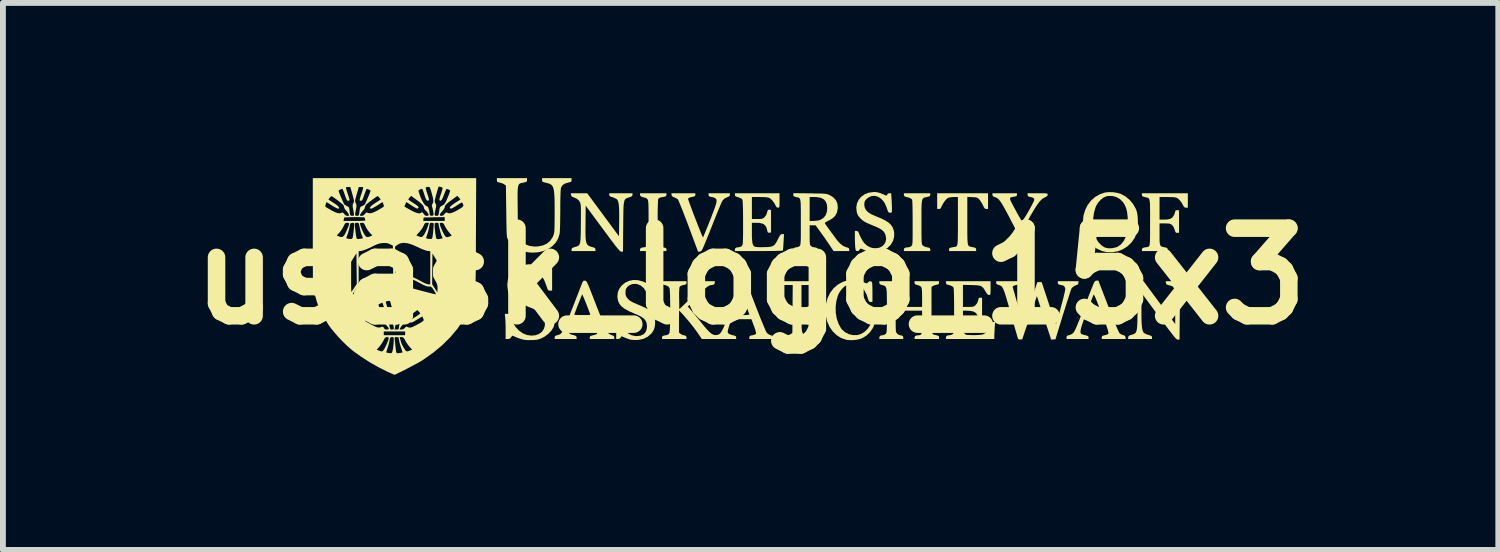
<source format=kicad_pcb>
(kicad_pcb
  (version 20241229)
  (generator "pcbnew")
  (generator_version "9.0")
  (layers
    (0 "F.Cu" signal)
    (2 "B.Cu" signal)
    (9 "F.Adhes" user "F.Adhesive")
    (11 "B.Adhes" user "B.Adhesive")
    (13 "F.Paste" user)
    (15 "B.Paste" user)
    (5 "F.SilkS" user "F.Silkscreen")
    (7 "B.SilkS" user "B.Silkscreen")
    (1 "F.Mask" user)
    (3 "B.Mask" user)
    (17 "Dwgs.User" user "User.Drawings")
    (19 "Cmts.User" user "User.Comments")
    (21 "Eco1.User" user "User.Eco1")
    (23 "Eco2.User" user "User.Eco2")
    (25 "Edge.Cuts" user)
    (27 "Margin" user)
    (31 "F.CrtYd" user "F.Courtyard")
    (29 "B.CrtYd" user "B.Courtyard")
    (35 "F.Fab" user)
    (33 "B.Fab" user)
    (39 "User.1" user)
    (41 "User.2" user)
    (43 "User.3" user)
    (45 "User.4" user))
  (footprint "usask_logo_15x3"
    (layer "F.Cu")
    (at 9.8 1.678)
    (property "Reference" "usask_logo_15x3" (at 0 0 0) (layer "F.SilkS") (effects (font (size 1.5 1.5) (thickness 0.3))))
    (attr board_only exclude_from_pos_files exclude_from_bom)
    (fp_poly (pts (xy 1.226 0.22) (xy 1.226 0.355) (xy 1.2 0.355) (xy 1.183 0.351) (xy 1.168 0.335) (xy 1.15 0.305) (xy 1.145 0.295) (xy 1.122 0.253) (xy 1.093 0.213) (xy 1.076 0.193) (xy 1.055 0.171) (xy 1.037 0.159) (xy 1.017 0.153) (xy 0.987 0.151) (xy 0.953 0.151) (xy 0.871 0.151) (xy 0.871 0.554) (xy 0.871 0.662) (xy 0.871 0.751) (xy 0.872 0.822) (xy 0.874 0.878) (xy 0.877 0.92) (xy 0.882 0.951) (xy 0.89 0.973) (xy 0.901 0.987) (xy 0.915 0.997) (xy 0.932 1.002) (xy 0.954 1.007) (xy 0.972 1.011) (xy 1.007 1.019) (xy 1.025 1.027) (xy 1.032 1.039) (xy 1.032 1.049) (xy 1.032 1.075) (xy 0.796 1.075) (xy 0.559 1.075) (xy 0.559 1.05) (xy 0.565 1.028) (xy 0.585 1.015) (xy 0.621 1.011) (xy 0.629 1.011) (xy 0.662 1.005) (xy 0.69 0.99) (xy 0.715 0.97) (xy 0.718 0.56) (xy 0.721 0.151) (xy 0.638 0.151) (xy 0.555 0.151) (xy 0.505 0.203) (xy 0.475 0.239) (xy 0.449 0.278) (xy 0.436 0.305) (xy 0.421 0.336) (xy 0.407 0.351) (xy 0.391 0.355) (xy 0.381 0.354) (xy 0.373 0.35) (xy 0.369 0.339) (xy 0.367 0.317) (xy 0.366 0.281) (xy 0.366 0.228) (xy 0.366 0.22) (xy 0.366 0.086) (xy 0.796 0.086) (xy 1.226 0.086)) (stroke (width 0) (type solid)) (fill yes) (layer "F.SilkS"))
    (fp_poly (pts (xy -1.441 -1.393) (xy -1.446 -1.373) (xy -1.465 -1.363) (xy -1.473 -1.361) (xy -1.51 -1.354) (xy -1.538 -1.349) (xy -1.565 -1.338) (xy -1.581 -1.323) (xy -1.584 -1.306) (xy -1.586 -1.27) (xy -1.588 -1.216) (xy -1.59 -1.145) (xy -1.591 -1.06) (xy -1.591 -0.961) (xy -1.592 -0.922) (xy -1.592 -0.818) (xy -1.591 -0.733) (xy -1.591 -0.665) (xy -1.589 -0.613) (xy -1.585 -0.574) (xy -1.58 -0.545) (xy -1.572 -0.526) (xy -1.561 -0.513) (xy -1.547 -0.506) (xy -1.528 -0.501) (xy -1.506 -0.496) (xy -1.497 -0.494) (xy -1.464 -0.486) (xy -1.447 -0.477) (xy -1.441 -0.464) (xy -1.441 -0.456) (xy -1.441 -0.43) (xy -1.667 -0.43) (xy -1.893 -0.43) (xy -1.893 -0.456) (xy -1.885 -0.478) (xy -1.861 -0.49) (xy -1.818 -0.495) (xy -1.816 -0.495) (xy -1.788 -0.502) (xy -1.768 -0.517) (xy -1.763 -0.524) (xy -1.758 -0.534) (xy -1.755 -0.547) (xy -1.752 -0.568) (xy -1.75 -0.597) (xy -1.749 -0.637) (xy -1.748 -0.691) (xy -1.748 -0.76) (xy -1.747 -0.846) (xy -1.747 -0.926) (xy -1.747 -1.029) (xy -1.747 -1.113) (xy -1.748 -1.179) (xy -1.749 -1.231) (xy -1.752 -1.269) (xy -1.757 -1.297) (xy -1.764 -1.315) (xy -1.774 -1.328) (xy -1.787 -1.336) (xy -1.804 -1.342) (xy -1.825 -1.347) (xy -1.836 -1.35) (xy -1.869 -1.362) (xy -1.886 -1.373) (xy -1.892 -1.387) (xy -1.893 -1.393) (xy -1.893 -1.419) (xy -1.667 -1.419) (xy -1.441 -1.419)) (stroke (width 0) (type solid)) (fill yes) (layer "F.SilkS"))
    (fp_poly (pts (xy 3.076 -1.393) (xy 3.073 -1.378) (xy 3.062 -1.368) (xy 3.038 -1.36) (xy 3.016 -1.355) (xy 2.993 -1.35) (xy 2.974 -1.345) (xy 2.959 -1.338) (xy 2.948 -1.326) (xy 2.939 -1.307) (xy 2.933 -1.28) (xy 2.929 -1.242) (xy 2.926 -1.191) (xy 2.925 -1.126) (xy 2.925 -1.043) (xy 2.925 -0.942) (xy 2.925 -0.922) (xy 2.925 -0.823) (xy 2.925 -0.742) (xy 2.926 -0.679) (xy 2.927 -0.63) (xy 2.928 -0.594) (xy 2.93 -0.569) (xy 2.933 -0.551) (xy 2.937 -0.54) (xy 2.942 -0.532) (xy 2.946 -0.527) (xy 2.973 -0.509) (xy 2.995 -0.5) (xy 3.028 -0.493) (xy 3.049 -0.489) (xy 3.07 -0.478) (xy 3.076 -0.457) (xy 3.076 -0.43) (xy 2.85 -0.43) (xy 2.624 -0.43) (xy 2.624 -0.456) (xy 2.631 -0.477) (xy 2.655 -0.49) (xy 2.697 -0.494) (xy 2.702 -0.495) (xy 2.732 -0.502) (xy 2.753 -0.516) (xy 2.759 -0.523) (xy 2.763 -0.531) (xy 2.767 -0.544) (xy 2.77 -0.562) (xy 2.772 -0.59) (xy 2.773 -0.628) (xy 2.774 -0.679) (xy 2.774 -0.745) (xy 2.774 -0.829) (xy 2.774 -0.915) (xy 2.774 -1.017) (xy 2.773 -1.107) (xy 2.772 -1.183) (xy 2.77 -1.243) (xy 2.768 -1.286) (xy 2.765 -1.309) (xy 2.764 -1.312) (xy 2.747 -1.328) (xy 2.715 -1.343) (xy 2.664 -1.357) (xy 2.653 -1.36) (xy 2.631 -1.37) (xy 2.624 -1.39) (xy 2.624 -1.393) (xy 2.624 -1.419) (xy 2.85 -1.419) (xy 3.076 -1.419)) (stroke (width 0) (type solid)) (fill yes) (layer "F.SilkS"))
    (fp_poly (pts (xy 4.065 -1.285) (xy 4.065 -1.151) (xy 4.035 -1.151) (xy 4.017 -1.154) (xy 4.003 -1.166) (xy 3.989 -1.191) (xy 3.981 -1.207) (xy 3.96 -1.249) (xy 3.933 -1.29) (xy 3.921 -1.306) (xy 3.902 -1.328) (xy 3.886 -1.341) (xy 3.866 -1.348) (xy 3.837 -1.351) (xy 3.797 -1.353) (xy 3.71 -1.357) (xy 3.71 -0.949) (xy 3.71 -0.841) (xy 3.71 -0.753) (xy 3.711 -0.682) (xy 3.712 -0.626) (xy 3.715 -0.584) (xy 3.719 -0.554) (xy 3.725 -0.533) (xy 3.733 -0.519) (xy 3.744 -0.511) (xy 3.758 -0.506) (xy 3.775 -0.502) (xy 3.785 -0.5) (xy 3.825 -0.492) (xy 3.847 -0.484) (xy 3.858 -0.474) (xy 3.86 -0.46) (xy 3.861 -0.456) (xy 3.861 -0.43) (xy 3.629 -0.43) (xy 3.398 -0.43) (xy 3.398 -0.457) (xy 3.399 -0.471) (xy 3.405 -0.48) (xy 3.421 -0.487) (xy 3.449 -0.494) (xy 3.483 -0.499) (xy 3.499 -0.502) (xy 3.513 -0.505) (xy 3.524 -0.511) (xy 3.532 -0.521) (xy 3.538 -0.538) (xy 3.543 -0.563) (xy 3.546 -0.599) (xy 3.547 -0.648) (xy 3.548 -0.711) (xy 3.549 -0.79) (xy 3.549 -0.888) (xy 3.549 -0.942) (xy 3.549 -1.355) (xy 3.478 -1.355) (xy 3.433 -1.352) (xy 3.394 -1.345) (xy 3.377 -1.339) (xy 3.351 -1.318) (xy 3.322 -1.283) (xy 3.294 -1.241) (xy 3.271 -1.198) (xy 3.267 -1.187) (xy 3.254 -1.161) (xy 3.237 -1.152) (xy 3.224 -1.151) (xy 3.194 -1.151) (xy 3.194 -1.285) (xy 3.194 -1.419) (xy 3.629 -1.419) (xy 4.065 -1.419)) (stroke (width 0) (type solid)) (fill yes) (layer "F.SilkS"))
    (fp_poly (pts (xy 6.208 -1.437) (xy 6.282 -1.425) (xy 6.334 -1.41) (xy 6.414 -1.368) (xy 6.486 -1.309) (xy 6.547 -1.237) (xy 6.593 -1.156) (xy 6.611 -1.109) (xy 6.622 -1.057) (xy 6.628 -0.99) (xy 6.63 -0.918) (xy 6.627 -0.845) (xy 6.62 -0.781) (xy 6.611 -0.741) (xy 6.573 -0.652) (xy 6.518 -0.574) (xy 6.451 -0.51) (xy 6.372 -0.46) (xy 6.286 -0.426) (xy 6.194 -0.41) (xy 6.099 -0.412) (xy 6.018 -0.43) (xy 5.931 -0.469) (xy 5.855 -0.524) (xy 5.792 -0.595) (xy 5.743 -0.679) (xy 5.709 -0.774) (xy 5.691 -0.878) (xy 5.691 -0.885) (xy 5.863 -0.885) (xy 5.873 -0.786) (xy 5.895 -0.696) (xy 5.92 -0.635) (xy 5.954 -0.583) (xy 5.997 -0.537) (xy 6.044 -0.502) (xy 6.072 -0.488) (xy 6.128 -0.477) (xy 6.191 -0.479) (xy 6.254 -0.493) (xy 6.284 -0.505) (xy 6.339 -0.543) (xy 6.386 -0.6) (xy 6.424 -0.675) (xy 6.433 -0.699) (xy 6.443 -0.731) (xy 6.45 -0.762) (xy 6.455 -0.798) (xy 6.457 -0.844) (xy 6.458 -0.904) (xy 6.458 -0.919) (xy 6.455 -1.018) (xy 6.445 -1.099) (xy 6.428 -1.167) (xy 6.402 -1.226) (xy 6.376 -1.266) (xy 6.325 -1.318) (xy 6.263 -1.354) (xy 6.193 -1.373) (xy 6.119 -1.372) (xy 6.087 -1.366) (xy 6.039 -1.344) (xy 5.991 -1.306) (xy 5.948 -1.257) (xy 5.915 -1.202) (xy 5.906 -1.181) (xy 5.879 -1.087) (xy 5.865 -0.987) (xy 5.863 -0.885) (xy 5.691 -0.885) (xy 5.689 -0.93) (xy 5.698 -1.033) (xy 5.726 -1.129) (xy 5.769 -1.217) (xy 5.827 -1.293) (xy 5.898 -1.356) (xy 5.98 -1.403) (xy 6.067 -1.432) (xy 6.133 -1.439)) (stroke (width 0) (type solid)) (fill yes) (layer "F.SilkS"))
    (fp_poly (pts (xy 1.879 0.082) (xy 1.929 0.1) (xy 1.963 0.116) (xy 1.984 0.122) (xy 1.995 0.121) (xy 2.004 0.113) (xy 2.008 0.108) (xy 2.029 0.09) (xy 2.054 0.087) (xy 2.073 0.098) (xy 2.079 0.11) (xy 2.082 0.129) (xy 2.084 0.166) (xy 2.085 0.214) (xy 2.086 0.27) (xy 2.086 0.288) (xy 2.086 0.441) (xy 2.055 0.441) (xy 2.035 0.438) (xy 2.023 0.427) (xy 2.015 0.402) (xy 2.012 0.394) (xy 1.987 0.317) (xy 1.951 0.248) (xy 1.908 0.192) (xy 1.861 0.152) (xy 1.848 0.144) (xy 1.81 0.133) (xy 1.761 0.13) (xy 1.709 0.133) (xy 1.662 0.144) (xy 1.651 0.149) (xy 1.601 0.181) (xy 1.555 0.229) (xy 1.516 0.285) (xy 1.495 0.329) (xy 1.468 0.426) (xy 1.456 0.526) (xy 1.458 0.627) (xy 1.474 0.724) (xy 1.504 0.812) (xy 1.546 0.889) (xy 1.564 0.912) (xy 1.618 0.96) (xy 1.683 0.993) (xy 1.754 1.009) (xy 1.826 1.008) (xy 1.889 0.99) (xy 1.952 0.952) (xy 2.007 0.898) (xy 2.043 0.843) (xy 2.059 0.815) (xy 2.074 0.803) (xy 2.088 0.804) (xy 2.108 0.814) (xy 2.114 0.832) (xy 2.106 0.861) (xy 2.09 0.893) (xy 2.043 0.96) (xy 1.983 1.017) (xy 1.915 1.059) (xy 1.875 1.075) (xy 1.808 1.09) (xy 1.735 1.096) (xy 1.664 1.093) (xy 1.627 1.086) (xy 1.544 1.056) (xy 1.469 1.007) (xy 1.404 0.943) (xy 1.35 0.865) (xy 1.311 0.776) (xy 1.288 0.68) (xy 1.281 0.572) (xy 1.292 0.469) (xy 1.319 0.372) (xy 1.362 0.285) (xy 1.418 0.21) (xy 1.488 0.148) (xy 1.569 0.102) (xy 1.615 0.085) (xy 1.703 0.067) (xy 1.793 0.066)) (stroke (width 0) (type solid)) (fill yes) (layer "F.SilkS"))
    (fp_poly (pts (xy -0.946 -1.393) (xy -0.95 -1.375) (xy -0.964 -1.365) (xy -0.987 -1.36) (xy -1.033 -1.35) (xy -1.062 -1.337) (xy -1.071 -1.323) (xy -1.071 -1.32) (xy -1.058 -1.284) (xy -1.041 -1.235) (xy -1.019 -1.176) (xy -0.994 -1.11) (xy -0.968 -1.04) (xy -0.94 -0.969) (xy -0.913 -0.899) (xy -0.887 -0.833) (xy -0.864 -0.775) (xy -0.844 -0.726) (xy -0.828 -0.689) (xy -0.819 -0.668) (xy -0.816 -0.664) (xy -0.809 -0.676) (xy -0.796 -0.706) (xy -0.778 -0.749) (xy -0.756 -0.803) (xy -0.731 -0.864) (xy -0.705 -0.929) (xy -0.679 -0.995) (xy -0.655 -1.059) (xy -0.632 -1.118) (xy -0.617 -1.159) (xy -0.596 -1.22) (xy -0.585 -1.264) (xy -0.582 -1.296) (xy -0.588 -1.318) (xy -0.603 -1.333) (xy -0.612 -1.339) (xy -0.641 -1.35) (xy -0.665 -1.355) (xy -0.7 -1.361) (xy -0.718 -1.379) (xy -0.72 -1.394) (xy -0.72 -1.419) (xy -0.538 -1.419) (xy -0.355 -1.419) (xy -0.355 -1.393) (xy -0.36 -1.374) (xy -0.377 -1.361) (xy -0.395 -1.354) (xy -0.443 -1.332) (xy -0.477 -1.299) (xy -0.492 -1.274) (xy -0.5 -1.257) (xy -0.514 -1.223) (xy -0.535 -1.173) (xy -0.561 -1.11) (xy -0.591 -1.037) (xy -0.624 -0.955) (xy -0.659 -0.866) (xy -0.672 -0.833) (xy -0.712 -0.732) (xy -0.746 -0.65) (xy -0.773 -0.583) (xy -0.794 -0.531) (xy -0.811 -0.492) (xy -0.825 -0.464) (xy -0.835 -0.444) (xy -0.844 -0.432) (xy -0.852 -0.426) (xy -0.859 -0.423) (xy -0.867 -0.422) (xy -0.899 -0.418) (xy -1.063 -0.859) (xy -1.098 -0.952) (xy -1.132 -1.039) (xy -1.162 -1.118) (xy -1.19 -1.187) (xy -1.213 -1.243) (xy -1.231 -1.285) (xy -1.243 -1.311) (xy -1.247 -1.317) (xy -1.271 -1.333) (xy -1.303 -1.347) (xy -1.309 -1.35) (xy -1.338 -1.363) (xy -1.351 -1.381) (xy -1.353 -1.392) (xy -1.356 -1.419) (xy -1.151 -1.419) (xy -0.946 -1.419)) (stroke (width 0) (type solid)) (fill yes) (layer "F.SilkS"))
    (fp_poly (pts (xy 7.485 -1.296) (xy 7.485 -1.172) (xy 7.454 -1.172) (xy 7.431 -1.177) (xy 7.415 -1.193) (xy 7.405 -1.211) (xy 7.376 -1.263) (xy 7.342 -1.306) (xy 7.307 -1.336) (xy 7.3 -1.339) (xy 7.277 -1.347) (xy 7.24 -1.352) (xy 7.186 -1.354) (xy 7.136 -1.355) (xy 7.001 -1.355) (xy 7.001 -1.161) (xy 7.001 -0.968) (xy 7.076 -0.968) (xy 7.14 -0.971) (xy 7.187 -0.983) (xy 7.221 -1.005) (xy 7.244 -1.038) (xy 7.248 -1.045) (xy 7.261 -1.077) (xy 7.268 -1.103) (xy 7.269 -1.11) (xy 7.276 -1.125) (xy 7.299 -1.129) (xy 7.302 -1.129) (xy 7.334 -1.129) (xy 7.334 -0.936) (xy 7.334 -0.742) (xy 7.304 -0.742) (xy 7.285 -0.744) (xy 7.274 -0.754) (xy 7.265 -0.778) (xy 7.26 -0.796) (xy 7.238 -0.848) (xy 7.214 -0.876) (xy 7.196 -0.89) (xy 7.176 -0.898) (xy 7.15 -0.902) (xy 7.11 -0.903) (xy 7.091 -0.903) (xy 7.001 -0.903) (xy 7.001 -0.721) (xy 7.001 -0.649) (xy 7.002 -0.596) (xy 7.006 -0.557) (xy 7.012 -0.532) (xy 7.023 -0.516) (xy 7.037 -0.507) (xy 7.057 -0.501) (xy 7.06 -0.5) (xy 7.093 -0.493) (xy 7.114 -0.489) (xy 7.135 -0.478) (xy 7.14 -0.457) (xy 7.14 -0.43) (xy 6.92 -0.43) (xy 6.699 -0.43) (xy 6.699 -0.456) (xy 6.707 -0.478) (xy 6.731 -0.49) (xy 6.774 -0.495) (xy 6.776 -0.495) (xy 6.804 -0.502) (xy 6.821 -0.514) (xy 6.826 -0.521) (xy 6.83 -0.532) (xy 6.833 -0.55) (xy 6.835 -0.575) (xy 6.837 -0.611) (xy 6.838 -0.66) (xy 6.839 -0.723) (xy 6.839 -0.804) (xy 6.839 -0.903) (xy 6.839 -0.921) (xy 6.839 -1.026) (xy 6.839 -1.112) (xy 6.838 -1.18) (xy 6.837 -1.233) (xy 6.834 -1.273) (xy 6.829 -1.301) (xy 6.823 -1.321) (xy 6.815 -1.333) (xy 6.803 -1.341) (xy 6.789 -1.345) (xy 6.772 -1.349) (xy 6.769 -1.35) (xy 6.732 -1.359) (xy 6.711 -1.366) (xy 6.702 -1.376) (xy 6.7 -1.39) (xy 6.699 -1.393) (xy 6.699 -1.419) (xy 7.092 -1.419) (xy 7.485 -1.419)) (stroke (width 0) (type solid)) (fill yes) (layer "F.SilkS"))
    (fp_poly (pts (xy 6.998 0.453) (xy 7.269 0.819) (xy 7.269 0.538) (xy 7.269 0.441) (xy 7.268 0.362) (xy 7.265 0.3) (xy 7.26 0.253) (xy 7.252 0.218) (xy 7.241 0.194) (xy 7.225 0.177) (xy 7.204 0.166) (xy 7.177 0.158) (xy 7.154 0.153) (xy 7.127 0.144) (xy 7.114 0.131) (xy 7.11 0.115) (xy 7.107 0.086) (xy 7.306 0.086) (xy 7.506 0.086) (xy 7.506 0.112) (xy 7.503 0.128) (xy 7.491 0.139) (xy 7.465 0.15) (xy 7.447 0.155) (xy 7.424 0.162) (xy 7.405 0.169) (xy 7.389 0.177) (xy 7.377 0.189) (xy 7.368 0.207) (xy 7.361 0.233) (xy 7.356 0.268) (xy 7.352 0.315) (xy 7.35 0.376) (xy 7.349 0.452) (xy 7.348 0.546) (xy 7.347 0.658) (xy 7.343 1.086) (xy 7.314 1.086) (xy 7.305 1.085) (xy 7.296 1.08) (xy 7.284 1.07) (xy 7.267 1.053) (xy 7.246 1.028) (xy 7.219 0.994) (xy 7.184 0.948) (xy 7.14 0.891) (xy 7.087 0.82) (xy 7.022 0.733) (xy 6.989 0.688) (xy 6.694 0.289) (xy 6.691 0.545) (xy 6.691 0.656) (xy 6.692 0.747) (xy 6.695 0.82) (xy 6.701 0.878) (xy 6.709 0.92) (xy 6.719 0.951) (xy 6.725 0.962) (xy 6.749 0.982) (xy 6.792 1) (xy 6.806 1.004) (xy 6.842 1.016) (xy 6.862 1.025) (xy 6.87 1.037) (xy 6.872 1.049) (xy 6.872 1.075) (xy 6.667 1.075) (xy 6.461 1.075) (xy 6.465 1.046) (xy 6.47 1.028) (xy 6.484 1.016) (xy 6.512 1.007) (xy 6.521 1.004) (xy 6.562 0.991) (xy 6.587 0.974) (xy 6.603 0.948) (xy 6.613 0.905) (xy 6.613 0.904) (xy 6.617 0.873) (xy 6.62 0.825) (xy 6.622 0.765) (xy 6.623 0.696) (xy 6.624 0.621) (xy 6.623 0.544) (xy 6.622 0.469) (xy 6.621 0.399) (xy 6.618 0.338) (xy 6.615 0.29) (xy 6.611 0.257) (xy 6.609 0.247) (xy 6.584 0.208) (xy 6.543 0.175) (xy 6.489 0.152) (xy 6.483 0.15) (xy 6.455 0.14) (xy 6.443 0.127) (xy 6.441 0.112) (xy 6.441 0.086) (xy 6.584 0.086) (xy 6.727 0.086)) (stroke (width 0) (type solid)) (fill yes) (layer "F.SilkS"))
    (fp_poly (pts (xy -2.525 -1.051) (xy -2.253 -0.683) (xy -2.25 -0.936) (xy -2.249 -1.036) (xy -2.25 -1.118) (xy -2.253 -1.182) (xy -2.258 -1.232) (xy -2.265 -1.269) (xy -2.275 -1.296) (xy -2.287 -1.314) (xy -2.287 -1.314) (xy -2.308 -1.328) (xy -2.34 -1.343) (xy -2.362 -1.351) (xy -2.396 -1.362) (xy -2.413 -1.372) (xy -2.419 -1.386) (xy -2.42 -1.393) (xy -2.42 -1.419) (xy -2.221 -1.419) (xy -2.022 -1.419) (xy -2.022 -1.394) (xy -2.025 -1.378) (xy -2.037 -1.366) (xy -2.063 -1.355) (xy -2.084 -1.348) (xy -2.106 -1.341) (xy -2.124 -1.334) (xy -2.139 -1.325) (xy -2.151 -1.312) (xy -2.16 -1.293) (xy -2.167 -1.266) (xy -2.172 -1.23) (xy -2.176 -1.182) (xy -2.178 -1.12) (xy -2.179 -1.042) (xy -2.18 -0.946) (xy -2.181 -0.841) (xy -2.185 -0.419) (xy -2.214 -0.42) (xy -2.222 -0.421) (xy -2.232 -0.427) (xy -2.245 -0.439) (xy -2.262 -0.458) (xy -2.285 -0.485) (xy -2.315 -0.522) (xy -2.352 -0.571) (xy -2.399 -0.633) (xy -2.455 -0.709) (xy -2.523 -0.801) (xy -2.532 -0.813) (xy -2.823 -1.206) (xy -2.826 -0.912) (xy -2.827 -0.812) (xy -2.827 -0.73) (xy -2.825 -0.665) (xy -2.82 -0.615) (xy -2.813 -0.578) (xy -2.802 -0.551) (xy -2.787 -0.531) (xy -2.766 -0.517) (xy -2.74 -0.506) (xy -2.707 -0.497) (xy -2.7 -0.495) (xy -2.671 -0.485) (xy -2.659 -0.473) (xy -2.656 -0.457) (xy -2.656 -0.43) (xy -2.86 -0.43) (xy -3.065 -0.43) (xy -3.065 -0.456) (xy -3.062 -0.472) (xy -3.05 -0.484) (xy -3.024 -0.494) (xy -3.006 -0.5) (xy -2.98 -0.507) (xy -2.959 -0.515) (xy -2.943 -0.526) (xy -2.931 -0.541) (xy -2.922 -0.563) (xy -2.915 -0.595) (xy -2.911 -0.639) (xy -2.909 -0.696) (xy -2.907 -0.769) (xy -2.906 -0.861) (xy -2.906 -0.899) (xy -2.905 -0.995) (xy -2.905 -1.072) (xy -2.905 -1.133) (xy -2.906 -1.179) (xy -2.908 -1.213) (xy -2.912 -1.237) (xy -2.916 -1.255) (xy -2.918 -1.262) (xy -2.942 -1.299) (xy -2.981 -1.329) (xy -3.03 -1.35) (xy -3.059 -1.363) (xy -3.072 -1.382) (xy -3.074 -1.392) (xy -3.077 -1.419) (xy -2.937 -1.419) (xy -2.797 -1.419)) (stroke (width 0) (type solid)) (fill yes) (layer "F.SilkS"))
    (fp_poly (pts (xy 4.56 -1.394) (xy 4.557 -1.378) (xy 4.545 -1.368) (xy 4.518 -1.362) (xy 4.508 -1.361) (xy 4.467 -1.353) (xy 4.445 -1.342) (xy 4.44 -1.324) (xy 4.45 -1.295) (xy 4.459 -1.276) (xy 4.479 -1.237) (xy 4.503 -1.191) (xy 4.531 -1.14) (xy 4.559 -1.088) (xy 4.586 -1.039) (xy 4.611 -0.997) (xy 4.63 -0.964) (xy 4.642 -0.945) (xy 4.645 -0.942) (xy 4.653 -0.948) (xy 4.67 -0.97) (xy 4.693 -1.004) (xy 4.72 -1.047) (xy 4.748 -1.096) (xy 4.777 -1.146) (xy 4.804 -1.195) (xy 4.827 -1.24) (xy 4.845 -1.275) (xy 4.854 -1.3) (xy 4.855 -1.306) (xy 4.853 -1.325) (xy 4.843 -1.338) (xy 4.822 -1.348) (xy 4.785 -1.357) (xy 4.772 -1.36) (xy 4.749 -1.37) (xy 4.742 -1.389) (xy 4.742 -1.393) (xy 4.742 -1.419) (xy 4.914 -1.419) (xy 4.979 -1.419) (xy 5.025 -1.419) (xy 5.055 -1.417) (xy 5.073 -1.415) (xy 5.083 -1.41) (xy 5.086 -1.404) (xy 5.086 -1.395) (xy 5.081 -1.378) (xy 5.063 -1.362) (xy 5.032 -1.346) (xy 5.005 -1.331) (xy 4.978 -1.31) (xy 4.95 -1.281) (xy 4.92 -1.241) (xy 4.885 -1.19) (xy 4.844 -1.124) (xy 4.795 -1.041) (xy 4.78 -1.014) (xy 4.683 -0.845) (xy 4.679 -0.698) (xy 4.678 -0.631) (xy 4.68 -0.583) (xy 4.686 -0.549) (xy 4.699 -0.526) (xy 4.719 -0.512) (xy 4.749 -0.502) (xy 4.779 -0.495) (xy 4.813 -0.487) (xy 4.832 -0.478) (xy 4.838 -0.466) (xy 4.839 -0.456) (xy 4.839 -0.43) (xy 4.603 -0.43) (xy 4.366 -0.43) (xy 4.366 -0.456) (xy 4.373 -0.477) (xy 4.397 -0.49) (xy 4.438 -0.494) (xy 4.444 -0.495) (xy 4.475 -0.503) (xy 4.501 -0.521) (xy 4.512 -0.533) (xy 4.519 -0.546) (xy 4.524 -0.564) (xy 4.526 -0.592) (xy 4.527 -0.633) (xy 4.527 -0.684) (xy 4.527 -0.821) (xy 4.445 -0.978) (xy 4.397 -1.07) (xy 4.356 -1.145) (xy 4.323 -1.205) (xy 4.295 -1.251) (xy 4.271 -1.286) (xy 4.25 -1.312) (xy 4.23 -1.33) (xy 4.21 -1.343) (xy 4.189 -1.352) (xy 4.18 -1.354) (xy 4.153 -1.366) (xy 4.142 -1.381) (xy 4.14 -1.393) (xy 4.14 -1.419) (xy 4.35 -1.419) (xy 4.56 -1.419)) (stroke (width 0) (type solid)) (fill yes) (layer "F.SilkS"))
    (fp_poly (pts (xy 6.123 0.515) (xy 6.165 0.622) (xy 6.203 0.718) (xy 6.237 0.801) (xy 6.265 0.87) (xy 6.289 0.923) (xy 6.306 0.959) (xy 6.316 0.976) (xy 6.316 0.977) (xy 6.343 0.995) (xy 6.376 1.008) (xy 6.377 1.008) (xy 6.404 1.018) (xy 6.416 1.035) (xy 6.418 1.046) (xy 6.421 1.075) (xy 6.216 1.075) (xy 6.011 1.075) (xy 6.011 1.049) (xy 6.017 1.027) (xy 6.037 1.017) (xy 6.041 1.016) (xy 6.086 1.005) (xy 6.113 0.994) (xy 6.126 0.982) (xy 6.127 0.976) (xy 6.125 0.96) (xy 6.117 0.927) (xy 6.104 0.885) (xy 6.09 0.845) (xy 6.049 0.731) (xy 5.878 0.734) (xy 5.707 0.737) (xy 5.676 0.828) (xy 5.657 0.889) (xy 5.648 0.934) (xy 5.648 0.965) (xy 5.656 0.984) (xy 5.66 0.988) (xy 5.678 0.997) (xy 5.709 1.006) (xy 5.73 1.011) (xy 5.763 1.02) (xy 5.779 1.029) (xy 5.785 1.042) (xy 5.785 1.049) (xy 5.785 1.075) (xy 5.597 1.075) (xy 5.409 1.075) (xy 5.409 1.048) (xy 5.411 1.03) (xy 5.42 1.02) (xy 5.441 1.012) (xy 5.465 1.006) (xy 5.491 0.995) (xy 5.52 0.974) (xy 5.524 0.97) (xy 5.531 0.962) (xy 5.538 0.952) (xy 5.546 0.937) (xy 5.557 0.917) (xy 5.569 0.89) (xy 5.584 0.855) (xy 5.603 0.809) (xy 5.626 0.753) (xy 5.654 0.683) (xy 5.664 0.659) (xy 5.742 0.659) (xy 5.753 0.662) (xy 5.78 0.664) (xy 5.821 0.666) (xy 5.872 0.667) (xy 5.882 0.667) (xy 6.022 0.667) (xy 6.008 0.632) (xy 5.999 0.609) (xy 5.984 0.571) (xy 5.965 0.523) (xy 5.943 0.468) (xy 5.936 0.448) (xy 5.911 0.388) (xy 5.893 0.346) (xy 5.881 0.323) (xy 5.873 0.316) (xy 5.87 0.319) (xy 5.864 0.336) (xy 5.851 0.368) (xy 5.834 0.413) (xy 5.814 0.466) (xy 5.803 0.495) (xy 5.782 0.549) (xy 5.764 0.596) (xy 5.751 0.632) (xy 5.744 0.654) (xy 5.742 0.659) (xy 5.664 0.659) (xy 5.687 0.6) (xy 5.725 0.502) (xy 5.77 0.386) (xy 5.822 0.252) (xy 5.839 0.21) (xy 5.86 0.157) (xy 5.875 0.12) (xy 5.887 0.098) (xy 5.898 0.085) (xy 5.909 0.079) (xy 5.921 0.077) (xy 5.953 0.074)) (stroke (width 0) (type solid)) (fill yes) (layer "F.SilkS"))
    (fp_poly (pts (xy 4.108 0.204) (xy 4.108 0.256) (xy 4.107 0.29) (xy 4.104 0.31) (xy 4.099 0.319) (xy 4.091 0.322) (xy 4.082 0.323) (xy 4.064 0.318) (xy 4.046 0.301) (xy 4.025 0.267) (xy 4.024 0.266) (xy 4 0.225) (xy 3.979 0.196) (xy 3.956 0.177) (xy 3.928 0.164) (xy 3.889 0.157) (xy 3.837 0.154) (xy 3.784 0.152) (xy 3.635 0.149) (xy 3.635 0.338) (xy 3.635 0.527) (xy 3.725 0.527) (xy 3.771 0.526) (xy 3.802 0.523) (xy 3.823 0.517) (xy 3.841 0.505) (xy 3.848 0.5) (xy 3.879 0.46) (xy 3.894 0.419) (xy 3.903 0.387) (xy 3.912 0.371) (xy 3.926 0.367) (xy 3.935 0.368) (xy 3.963 0.371) (xy 3.963 0.565) (xy 3.963 0.758) (xy 3.934 0.761) (xy 3.915 0.761) (xy 3.905 0.75) (xy 3.899 0.724) (xy 3.883 0.671) (xy 3.859 0.632) (xy 3.822 0.608) (xy 3.771 0.595) (xy 3.71 0.591) (xy 3.635 0.591) (xy 3.635 0.75) (xy 3.636 0.83) (xy 3.639 0.891) (xy 3.644 0.936) (xy 3.653 0.968) (xy 3.666 0.988) (xy 3.683 1) (xy 3.686 1.001) (xy 3.709 1.006) (xy 3.747 1.008) (xy 3.796 1.009) (xy 3.846 1.009) (xy 3.911 1.006) (xy 3.959 1.001) (xy 3.994 0.99) (xy 4.022 0.97) (xy 4.046 0.94) (xy 4.072 0.896) (xy 4.085 0.873) (xy 4.108 0.83) (xy 4.125 0.804) (xy 4.139 0.79) (xy 4.153 0.785) (xy 4.159 0.785) (xy 4.186 0.785) (xy 4.179 0.883) (xy 4.176 0.934) (xy 4.174 0.982) (xy 4.172 1.02) (xy 4.172 1.029) (xy 4.172 1.075) (xy 3.758 1.075) (xy 3.344 1.075) (xy 3.344 1.05) (xy 3.351 1.027) (xy 3.372 1.014) (xy 3.41 1.011) (xy 3.441 1.003) (xy 3.463 0.989) (xy 3.468 0.983) (xy 3.473 0.974) (xy 3.477 0.962) (xy 3.479 0.943) (xy 3.481 0.916) (xy 3.483 0.878) (xy 3.483 0.827) (xy 3.484 0.761) (xy 3.484 0.677) (xy 3.484 0.591) (xy 3.484 0.494) (xy 3.483 0.407) (xy 3.482 0.332) (xy 3.48 0.271) (xy 3.478 0.226) (xy 3.475 0.2) (xy 3.474 0.194) (xy 3.452 0.173) (xy 3.41 0.155) (xy 3.374 0.146) (xy 3.351 0.136) (xy 3.344 0.116) (xy 3.344 0.113) (xy 3.344 0.086) (xy 3.726 0.086) (xy 4.108 0.086)) (stroke (width 0) (type solid)) (fill yes) (layer "F.SilkS"))
    (fp_poly (pts (xy -1.925 0.069) (xy -1.843 0.092) (xy -1.825 0.1) (xy -1.791 0.115) (xy -1.771 0.121) (xy -1.76 0.12) (xy -1.752 0.111) (xy -1.75 0.107) (xy -1.728 0.09) (xy -1.707 0.086) (xy -1.678 0.086) (xy -1.678 0.236) (xy -1.677 0.292) (xy -1.676 0.341) (xy -1.674 0.378) (xy -1.671 0.4) (xy -1.671 0.403) (xy -1.67 0.415) (xy -1.682 0.419) (xy -1.699 0.417) (xy -1.719 0.414) (xy -1.732 0.404) (xy -1.743 0.383) (xy -1.753 0.353) (xy -1.786 0.269) (xy -1.828 0.206) (xy -1.879 0.161) (xy -1.938 0.136) (xy -1.967 0.132) (xy -2.021 0.134) (xy -2.07 0.152) (xy -2.109 0.182) (xy -2.134 0.22) (xy -2.14 0.247) (xy -2.142 0.297) (xy -2.136 0.334) (xy -2.119 0.365) (xy -2.102 0.386) (xy -2.085 0.403) (xy -2.064 0.42) (xy -2.036 0.437) (xy -2 0.455) (xy -1.95 0.477) (xy -1.885 0.505) (xy -1.858 0.516) (xy -1.777 0.555) (xy -1.716 0.597) (xy -1.673 0.644) (xy -1.646 0.699) (xy -1.635 0.763) (xy -1.635 0.784) (xy -1.639 0.855) (xy -1.654 0.911) (xy -1.683 0.961) (xy -1.701 0.984) (xy -1.762 1.037) (xy -1.835 1.073) (xy -1.919 1.091) (xy -1.937 1.092) (xy -1.983 1.093) (xy -2.027 1.09) (xy -2.057 1.086) (xy -2.092 1.075) (xy -2.133 1.06) (xy -2.153 1.052) (xy -2.208 1.028) (xy -2.224 1.052) (xy -2.249 1.072) (xy -2.27 1.075) (xy -2.301 1.075) (xy -2.301 0.92) (xy -2.302 0.864) (xy -2.303 0.814) (xy -2.305 0.775) (xy -2.307 0.752) (xy -2.308 0.748) (xy -2.308 0.736) (xy -2.292 0.732) (xy -2.281 0.731) (xy -2.251 0.737) (xy -2.241 0.75) (xy -2.208 0.836) (xy -2.17 0.902) (xy -2.148 0.93) (xy -2.095 0.981) (xy -2.038 1.011) (xy -1.974 1.025) (xy -1.952 1.026) (xy -1.886 1.019) (xy -1.834 0.996) (xy -1.799 0.959) (xy -1.779 0.908) (xy -1.774 0.862) (xy -1.779 0.812) (xy -1.793 0.77) (xy -1.82 0.733) (xy -1.862 0.701) (xy -1.921 0.669) (xy -1.99 0.64) (xy -2.081 0.6) (xy -2.153 0.561) (xy -2.207 0.52) (xy -2.245 0.476) (xy -2.268 0.426) (xy -2.279 0.369) (xy -2.28 0.339) (xy -2.273 0.275) (xy -2.251 0.22) (xy -2.211 0.165) (xy -2.209 0.163) (xy -2.15 0.113) (xy -2.081 0.08) (xy -2.005 0.065)) (stroke (width 0) (type solid)) (fill yes) (layer "F.SilkS"))
    (fp_poly (pts (xy 4.613 0.112) (xy 4.61 0.131) (xy 4.595 0.14) (xy 4.573 0.145) (xy 4.527 0.156) (xy 4.498 0.168) (xy 4.486 0.182) (xy 4.486 0.186) (xy 4.49 0.199) (xy 4.499 0.231) (xy 4.513 0.277) (xy 4.529 0.336) (xy 4.549 0.406) (xy 4.57 0.482) (xy 4.576 0.503) (xy 4.598 0.58) (xy 4.618 0.649) (xy 4.636 0.709) (xy 4.65 0.757) (xy 4.661 0.79) (xy 4.666 0.806) (xy 4.667 0.806) (xy 4.672 0.797) (xy 4.682 0.769) (xy 4.698 0.725) (xy 4.718 0.668) (xy 4.741 0.6) (xy 4.768 0.523) (xy 4.791 0.454) (xy 4.909 0.102) (xy 4.946 0.102) (xy 4.983 0.102) (xy 5.102 0.46) (xy 5.129 0.543) (xy 5.155 0.619) (xy 5.178 0.686) (xy 5.198 0.742) (xy 5.213 0.784) (xy 5.223 0.81) (xy 5.226 0.817) (xy 5.232 0.807) (xy 5.241 0.78) (xy 5.255 0.738) (xy 5.27 0.684) (xy 5.288 0.622) (xy 5.306 0.556) (xy 5.324 0.487) (xy 5.342 0.42) (xy 5.358 0.357) (xy 5.371 0.302) (xy 5.381 0.258) (xy 5.387 0.228) (xy 5.388 0.218) (xy 5.378 0.184) (xy 5.353 0.16) (xy 5.316 0.151) (xy 5.316 0.151) (xy 5.28 0.145) (xy 5.262 0.129) (xy 5.259 0.112) (xy 5.259 0.086) (xy 5.436 0.086) (xy 5.613 0.086) (xy 5.613 0.113) (xy 5.606 0.138) (xy 5.595 0.146) (xy 5.55 0.164) (xy 5.514 0.188) (xy 5.495 0.207) (xy 5.489 0.223) (xy 5.477 0.256) (xy 5.46 0.306) (xy 5.44 0.369) (xy 5.416 0.443) (xy 5.39 0.527) (xy 5.362 0.617) (xy 5.349 0.656) (xy 5.219 1.081) (xy 5.182 1.083) (xy 5.146 1.086) (xy 5.023 0.713) (xy 4.901 0.34) (xy 4.775 0.71) (xy 4.65 1.081) (xy 4.616 1.084) (xy 4.593 1.084) (xy 4.58 1.072) (xy 4.572 1.052) (xy 4.566 1.034) (xy 4.556 0.997) (xy 4.541 0.945) (xy 4.522 0.88) (xy 4.501 0.804) (xy 4.477 0.72) (xy 4.452 0.63) (xy 4.447 0.614) (xy 4.417 0.506) (xy 4.391 0.418) (xy 4.37 0.346) (xy 4.352 0.289) (xy 4.336 0.246) (xy 4.322 0.213) (xy 4.309 0.19) (xy 4.296 0.174) (xy 4.281 0.163) (xy 4.265 0.156) (xy 4.247 0.15) (xy 4.246 0.15) (xy 4.218 0.14) (xy 4.206 0.126) (xy 4.205 0.112) (xy 4.205 0.086) (xy 4.409 0.086) (xy 4.613 0.086)) (stroke (width 0) (type solid)) (fill yes) (layer "F.SilkS"))
    (fp_poly (pts (xy -3.828 -1.646) (xy -3.83 -1.628) (xy -3.838 -1.617) (xy -3.858 -1.609) (xy -3.888 -1.602) (xy -3.913 -1.597) (xy -3.934 -1.593) (xy -3.951 -1.586) (xy -3.963 -1.576) (xy -3.973 -1.56) (xy -3.98 -1.537) (xy -3.985 -1.503) (xy -3.988 -1.459) (xy -3.989 -1.4) (xy -3.989 -1.326) (xy -3.988 -1.234) (xy -3.987 -1.126) (xy -3.984 -0.704) (xy -3.954 -0.648) (xy -3.912 -0.588) (xy -3.855 -0.545) (xy -3.785 -0.518) (xy -3.701 -0.507) (xy -3.643 -0.509) (xy -3.559 -0.525) (xy -3.488 -0.557) (xy -3.431 -0.605) (xy -3.389 -0.668) (xy -3.377 -0.696) (xy -3.371 -0.713) (xy -3.366 -0.732) (xy -3.362 -0.753) (xy -3.359 -0.781) (xy -3.358 -0.818) (xy -3.356 -0.865) (xy -3.356 -0.927) (xy -3.355 -1.005) (xy -3.355 -1.095) (xy -3.355 -1.208) (xy -3.356 -1.302) (xy -3.359 -1.378) (xy -3.364 -1.439) (xy -3.371 -1.486) (xy -3.382 -1.522) (xy -3.396 -1.548) (xy -3.415 -1.567) (xy -3.44 -1.581) (xy -3.47 -1.591) (xy -3.507 -1.6) (xy -3.511 -1.601) (xy -3.545 -1.61) (xy -3.562 -1.618) (xy -3.569 -1.631) (xy -3.57 -1.646) (xy -3.57 -1.678) (xy -3.317 -1.678) (xy -3.065 -1.678) (xy -3.065 -1.646) (xy -3.066 -1.628) (xy -3.075 -1.617) (xy -3.095 -1.609) (xy -3.123 -1.602) (xy -3.18 -1.585) (xy -3.22 -1.558) (xy -3.243 -1.52) (xy -3.247 -1.508) (xy -3.25 -1.486) (xy -3.253 -1.445) (xy -3.255 -1.387) (xy -3.257 -1.315) (xy -3.258 -1.231) (xy -3.258 -1.137) (xy -3.258 -1.128) (xy -3.259 -1.037) (xy -3.26 -0.951) (xy -3.261 -0.874) (xy -3.264 -0.81) (xy -3.266 -0.76) (xy -3.269 -0.729) (xy -3.27 -0.725) (xy -3.295 -0.645) (xy -3.337 -0.574) (xy -3.395 -0.513) (xy -3.467 -0.465) (xy -3.55 -0.429) (xy -3.642 -0.408) (xy -3.741 -0.403) (xy -3.812 -0.409) (xy -3.915 -0.432) (xy -4.002 -0.47) (xy -4.075 -0.523) (xy -4.133 -0.592) (xy -4.154 -0.627) (xy -4.16 -0.638) (xy -4.164 -0.651) (xy -4.169 -0.665) (xy -4.172 -0.685) (xy -4.174 -0.711) (xy -4.176 -0.746) (xy -4.178 -0.793) (xy -4.179 -0.852) (xy -4.181 -0.928) (xy -4.182 -1.02) (xy -4.183 -1.111) (xy -4.189 -1.55) (xy -4.215 -1.57) (xy -4.246 -1.588) (xy -4.275 -1.597) (xy -4.312 -1.606) (xy -4.333 -1.614) (xy -4.342 -1.625) (xy -4.344 -1.642) (xy -4.344 -1.646) (xy -4.344 -1.678) (xy -4.086 -1.678) (xy -3.828 -1.678)) (stroke (width 0) (type solid)) (fill yes) (layer "F.SilkS"))
    (fp_poly (pts (xy -2.836 0.077) (xy -2.828 0.079) (xy -2.82 0.082) (xy -2.813 0.088) (xy -2.804 0.1) (xy -2.794 0.12) (xy -2.781 0.148) (xy -2.764 0.187) (xy -2.744 0.238) (xy -2.718 0.304) (xy -2.686 0.386) (xy -2.647 0.486) (xy -2.638 0.511) (xy -2.589 0.635) (xy -2.548 0.74) (xy -2.513 0.824) (xy -2.485 0.89) (xy -2.464 0.936) (xy -2.448 0.964) (xy -2.443 0.971) (xy -2.413 0.994) (xy -2.377 1.011) (xy -2.374 1.011) (xy -2.347 1.021) (xy -2.335 1.035) (xy -2.334 1.049) (xy -2.334 1.075) (xy -2.543 1.075) (xy -2.753 1.075) (xy -2.753 1.049) (xy -2.75 1.034) (xy -2.74 1.024) (xy -2.716 1.016) (xy -2.693 1.011) (xy -2.66 1.002) (xy -2.636 0.991) (xy -2.628 0.985) (xy -2.63 0.97) (xy -2.638 0.939) (xy -2.651 0.898) (xy -2.668 0.851) (xy -2.712 0.731) (xy -2.882 0.731) (xy -3.051 0.731) (xy -3.086 0.834) (xy -3.1 0.881) (xy -3.11 0.921) (xy -3.116 0.95) (xy -3.116 0.96) (xy -3.103 0.981) (xy -3.07 0.999) (xy -3.015 1.014) (xy -3.008 1.016) (xy -2.986 1.026) (xy -2.979 1.046) (xy -2.979 1.049) (xy -2.979 1.075) (xy -3.167 1.075) (xy -3.355 1.075) (xy -3.355 1.049) (xy -3.351 1.031) (xy -3.336 1.019) (xy -3.312 1.011) (xy -3.296 1.007) (xy -3.281 1.002) (xy -3.268 0.997) (xy -3.256 0.989) (xy -3.243 0.977) (xy -3.23 0.959) (xy -3.215 0.936) (xy -3.199 0.904) (xy -3.18 0.864) (xy -3.158 0.813) (xy -3.132 0.75) (xy -3.101 0.674) (xy -3.094 0.658) (xy -3.02 0.658) (xy -3.011 0.661) (xy -2.985 0.664) (xy -2.945 0.666) (xy -2.894 0.667) (xy -2.882 0.667) (xy -2.824 0.667) (xy -2.785 0.666) (xy -2.761 0.664) (xy -2.749 0.66) (xy -2.745 0.654) (xy -2.747 0.648) (xy -2.767 0.595) (xy -2.789 0.538) (xy -2.811 0.48) (xy -2.833 0.426) (xy -2.852 0.379) (xy -2.868 0.342) (xy -2.878 0.318) (xy -2.882 0.312) (xy -2.887 0.321) (xy -2.899 0.348) (xy -2.915 0.388) (xy -2.935 0.438) (xy -2.952 0.48) (xy -2.974 0.537) (xy -2.992 0.586) (xy -3.007 0.625) (xy -3.017 0.65) (xy -3.02 0.658) (xy -3.094 0.658) (xy -3.066 0.585) (xy -3.024 0.479) (xy -2.977 0.357) (xy -2.922 0.216) (xy -2.896 0.147) (xy -2.881 0.11) (xy -2.869 0.088) (xy -2.858 0.078) (xy -2.843 0.077)) (stroke (width 0) (type solid)) (fill yes) (layer "F.SilkS"))
    (fp_poly (pts (xy 1.014 -1.418) (xy 1.099 -1.416) (xy 1.166 -1.415) (xy 1.218 -1.414) (xy 1.257 -1.412) (xy 1.286 -1.409) (xy 1.308 -1.405) (xy 1.327 -1.399) (xy 1.344 -1.392) (xy 1.352 -1.389) (xy 1.415 -1.35) (xy 1.46 -1.301) (xy 1.486 -1.242) (xy 1.493 -1.173) (xy 1.491 -1.153) (xy 1.477 -1.087) (xy 1.448 -1.033) (xy 1.401 -0.989) (xy 1.347 -0.957) (xy 1.311 -0.939) (xy 1.284 -0.923) (xy 1.27 -0.913) (xy 1.27 -0.911) (xy 1.276 -0.899) (xy 1.295 -0.869) (xy 1.328 -0.823) (xy 1.374 -0.76) (xy 1.433 -0.681) (xy 1.48 -0.617) (xy 1.532 -0.558) (xy 1.584 -0.518) (xy 1.641 -0.494) (xy 1.659 -0.49) (xy 1.681 -0.48) (xy 1.688 -0.46) (xy 1.688 -0.457) (xy 1.688 -0.43) (xy 1.554 -0.43) (xy 1.42 -0.43) (xy 1.343 -0.546) (xy 1.304 -0.603) (xy 1.26 -0.667) (xy 1.216 -0.728) (xy 1.189 -0.766) (xy 1.113 -0.87) (xy 1.062 -0.871) (xy 1.011 -0.871) (xy 1.011 -0.704) (xy 1.011 -0.64) (xy 1.012 -0.594) (xy 1.014 -0.563) (xy 1.018 -0.542) (xy 1.023 -0.528) (xy 1.031 -0.518) (xy 1.032 -0.516) (xy 1.057 -0.5) (xy 1.078 -0.495) (xy 1.12 -0.49) (xy 1.144 -0.476) (xy 1.151 -0.456) (xy 1.151 -0.43) (xy 0.941 -0.43) (xy 0.731 -0.43) (xy 0.731 -0.456) (xy 0.739 -0.48) (xy 0.762 -0.492) (xy 0.791 -0.495) (xy 0.818 -0.502) (xy 0.839 -0.516) (xy 0.844 -0.523) (xy 0.849 -0.531) (xy 0.853 -0.543) (xy 0.855 -0.562) (xy 0.857 -0.589) (xy 0.859 -0.626) (xy 0.86 -0.677) (xy 0.86 -0.742) (xy 0.86 -0.825) (xy 0.86 -0.924) (xy 0.86 -1.029) (xy 0.86 -1.115) (xy 0.859 -1.183) (xy 0.858 -1.236) (xy 0.855 -1.275) (xy 0.851 -1.304) (xy 0.845 -1.323) (xy 0.837 -1.335) (xy 0.826 -1.343) (xy 0.813 -1.347) (xy 0.798 -1.351) (xy 0.779 -1.355) (xy 1.011 -1.355) (xy 1.011 -1.151) (xy 1.011 -0.946) (xy 1.081 -0.946) (xy 1.126 -0.949) (xy 1.168 -0.956) (xy 1.191 -0.963) (xy 1.246 -0.996) (xy 1.284 -1.042) (xy 1.306 -1.101) (xy 1.312 -1.165) (xy 1.305 -1.231) (xy 1.284 -1.282) (xy 1.249 -1.319) (xy 1.197 -1.343) (xy 1.128 -1.354) (xy 1.094 -1.355) (xy 1.011 -1.355) (xy 0.779 -1.355) (xy 0.761 -1.359) (xy 0.741 -1.367) (xy 0.733 -1.378) (xy 0.731 -1.393) (xy 0.731 -1.394) (xy 0.731 -1.421)) (stroke (width 0) (type solid)) (fill yes) (layer "F.SilkS"))
    (fp_poly (pts (xy 0.495 -1.296) (xy 0.495 -1.243) (xy 0.494 -1.208) (xy 0.491 -1.187) (xy 0.486 -1.176) (xy 0.479 -1.173) (xy 0.469 -1.172) (xy 0.446 -1.18) (xy 0.43 -1.205) (xy 0.407 -1.249) (xy 0.376 -1.291) (xy 0.343 -1.325) (xy 0.323 -1.338) (xy 0.301 -1.346) (xy 0.269 -1.351) (xy 0.222 -1.354) (xy 0.157 -1.355) (xy 0.156 -1.355) (xy 0.022 -1.355) (xy 0.022 -1.167) (xy 0.022 -0.979) (xy 0.112 -0.979) (xy 0.158 -0.979) (xy 0.189 -0.982) (xy 0.21 -0.989) (xy 0.228 -1) (xy 0.235 -1.006) (xy 0.266 -1.045) (xy 0.281 -1.087) (xy 0.29 -1.119) (xy 0.299 -1.134) (xy 0.312 -1.138) (xy 0.322 -1.138) (xy 0.349 -1.135) (xy 0.349 -0.941) (xy 0.349 -0.747) (xy 0.321 -0.744) (xy 0.302 -0.745) (xy 0.292 -0.755) (xy 0.285 -0.781) (xy 0.27 -0.835) (xy 0.246 -0.873) (xy 0.209 -0.898) (xy 0.158 -0.911) (xy 0.097 -0.914) (xy 0.022 -0.914) (xy 0.022 -0.755) (xy 0.022 -0.675) (xy 0.026 -0.614) (xy 0.031 -0.569) (xy 0.04 -0.538) (xy 0.053 -0.518) (xy 0.07 -0.506) (xy 0.073 -0.504) (xy 0.095 -0.5) (xy 0.134 -0.497) (xy 0.183 -0.496) (xy 0.233 -0.497) (xy 0.298 -0.499) (xy 0.346 -0.505) (xy 0.382 -0.516) (xy 0.409 -0.536) (xy 0.432 -0.566) (xy 0.456 -0.609) (xy 0.468 -0.632) (xy 0.489 -0.674) (xy 0.505 -0.7) (xy 0.518 -0.714) (xy 0.532 -0.719) (xy 0.541 -0.72) (xy 0.572 -0.72) (xy 0.564 -0.583) (xy 0.561 -0.531) (xy 0.558 -0.487) (xy 0.554 -0.454) (xy 0.552 -0.439) (xy 0.552 -0.438) (xy 0.54 -0.436) (xy 0.51 -0.435) (xy 0.462 -0.433) (xy 0.401 -0.432) (xy 0.327 -0.431) (xy 0.244 -0.43) (xy 0.153 -0.43) (xy 0.139 -0.43) (xy -0.269 -0.43) (xy -0.269 -0.456) (xy -0.262 -0.479) (xy -0.241 -0.491) (xy -0.203 -0.495) (xy -0.173 -0.502) (xy -0.151 -0.516) (xy -0.145 -0.523) (xy -0.14 -0.531) (xy -0.137 -0.544) (xy -0.134 -0.562) (xy -0.132 -0.59) (xy -0.131 -0.628) (xy -0.13 -0.679) (xy -0.129 -0.745) (xy -0.129 -0.829) (xy -0.129 -0.915) (xy -0.129 -1.023) (xy -0.13 -1.116) (xy -0.132 -1.193) (xy -0.134 -1.252) (xy -0.137 -1.292) (xy -0.14 -1.311) (xy -0.14 -1.312) (xy -0.157 -1.328) (xy -0.189 -1.343) (xy -0.21 -1.35) (xy -0.244 -1.361) (xy -0.262 -1.372) (xy -0.268 -1.385) (xy -0.269 -1.393) (xy -0.269 -1.419) (xy 0.113 -1.419) (xy 0.495 -1.419)) (stroke (width 0) (type solid)) (fill yes) (layer "F.SilkS"))
    (fp_poly (pts (xy 2.15 -1.439) (xy 2.183 -1.433) (xy 2.222 -1.421) (xy 2.271 -1.401) (xy 2.319 -1.38) (xy 2.332 -1.385) (xy 2.339 -1.397) (xy 2.353 -1.415) (xy 2.376 -1.419) (xy 2.406 -1.419) (xy 2.413 -1.321) (xy 2.416 -1.267) (xy 2.418 -1.211) (xy 2.42 -1.163) (xy 2.42 -1.154) (xy 2.419 -1.117) (xy 2.417 -1.097) (xy 2.409 -1.088) (xy 2.395 -1.086) (xy 2.389 -1.086) (xy 2.372 -1.088) (xy 2.36 -1.096) (xy 2.35 -1.114) (xy 2.338 -1.148) (xy 2.334 -1.159) (xy 2.317 -1.203) (xy 2.298 -1.246) (xy 2.281 -1.274) (xy 2.236 -1.325) (xy 2.184 -1.359) (xy 2.129 -1.375) (xy 2.074 -1.372) (xy 2.021 -1.35) (xy 1.987 -1.323) (xy 1.963 -1.296) (xy 1.951 -1.273) (xy 1.947 -1.244) (xy 1.946 -1.229) (xy 1.953 -1.177) (xy 1.974 -1.133) (xy 2.012 -1.094) (xy 2.067 -1.059) (xy 2.142 -1.027) (xy 2.143 -1.026) (xy 2.235 -0.989) (xy 2.309 -0.952) (xy 2.365 -0.915) (xy 2.406 -0.875) (xy 2.434 -0.831) (xy 2.452 -0.78) (xy 2.458 -0.745) (xy 2.457 -0.672) (xy 2.437 -0.602) (xy 2.399 -0.538) (xy 2.345 -0.484) (xy 2.285 -0.446) (xy 2.22 -0.424) (xy 2.146 -0.413) (xy 2.07 -0.414) (xy 2.013 -0.425) (xy 1.974 -0.437) (xy 1.939 -0.451) (xy 1.925 -0.457) (xy 1.895 -0.47) (xy 1.878 -0.471) (xy 1.868 -0.458) (xy 1.866 -0.452) (xy 1.851 -0.434) (xy 1.829 -0.43) (xy 1.811 -0.432) (xy 1.801 -0.44) (xy 1.796 -0.461) (xy 1.792 -0.487) (xy 1.789 -0.522) (xy 1.787 -0.571) (xy 1.785 -0.626) (xy 1.785 -0.659) (xy 1.785 -0.774) (xy 1.812 -0.774) (xy 1.837 -0.767) (xy 1.846 -0.755) (xy 1.865 -0.707) (xy 1.89 -0.655) (xy 1.918 -0.606) (xy 1.943 -0.57) (xy 1.946 -0.566) (xy 1.996 -0.522) (xy 2.05 -0.493) (xy 2.106 -0.478) (xy 2.161 -0.478) (xy 2.211 -0.49) (xy 2.256 -0.514) (xy 2.29 -0.548) (xy 2.312 -0.592) (xy 2.32 -0.645) (xy 2.311 -0.699) (xy 2.297 -0.735) (xy 2.277 -0.765) (xy 2.248 -0.791) (xy 2.207 -0.817) (xy 2.151 -0.844) (xy 2.086 -0.871) (xy 2.026 -0.896) (xy 1.981 -0.916) (xy 1.948 -0.934) (xy 1.921 -0.953) (xy 1.896 -0.974) (xy 1.886 -0.984) (xy 1.853 -1.02) (xy 1.832 -1.053) (xy 1.819 -1.09) (xy 1.818 -1.096) (xy 1.809 -1.172) (xy 1.82 -1.243) (xy 1.849 -1.306) (xy 1.893 -1.359) (xy 1.951 -1.401) (xy 2.021 -1.429) (xy 2.102 -1.44) (xy 2.118 -1.441)) (stroke (width 0) (type solid)) (fill yes) (layer "F.SilkS"))
    (fp_poly (pts (xy 2.613 0.112) (xy 2.611 0.128) (xy 2.603 0.138) (xy 2.583 0.146) (xy 2.547 0.155) (xy 2.54 0.156) (xy 2.52 0.162) (xy 2.506 0.173) (xy 2.496 0.192) (xy 2.489 0.221) (xy 2.486 0.264) (xy 2.484 0.324) (xy 2.484 0.372) (xy 2.484 0.527) (xy 2.71 0.527) (xy 2.936 0.527) (xy 2.936 0.362) (xy 2.935 0.294) (xy 2.934 0.244) (xy 2.929 0.21) (xy 2.921 0.186) (xy 2.907 0.171) (xy 2.886 0.161) (xy 2.858 0.153) (xy 2.852 0.151) (xy 2.823 0.141) (xy 2.81 0.129) (xy 2.807 0.112) (xy 2.807 0.086) (xy 3.016 0.086) (xy 3.226 0.086) (xy 3.226 0.112) (xy 3.222 0.131) (xy 3.208 0.141) (xy 3.186 0.146) (xy 3.152 0.155) (xy 3.123 0.167) (xy 3.121 0.168) (xy 3.097 0.183) (xy 3.097 0.575) (xy 3.097 0.68) (xy 3.097 0.767) (xy 3.098 0.835) (xy 3.1 0.889) (xy 3.102 0.929) (xy 3.106 0.958) (xy 3.112 0.978) (xy 3.12 0.991) (xy 3.13 0.998) (xy 3.143 1.003) (xy 3.159 1.006) (xy 3.16 1.006) (xy 3.196 1.015) (xy 3.216 1.023) (xy 3.224 1.033) (xy 3.226 1.049) (xy 3.226 1.049) (xy 3.226 1.075) (xy 3.016 1.075) (xy 2.807 1.075) (xy 2.807 1.05) (xy 2.815 1.027) (xy 2.841 1.015) (xy 2.879 1.011) (xy 2.898 1.009) (xy 2.912 1.003) (xy 2.922 0.989) (xy 2.929 0.965) (xy 2.933 0.928) (xy 2.935 0.875) (xy 2.936 0.805) (xy 2.936 0.784) (xy 2.936 0.591) (xy 2.71 0.591) (xy 2.484 0.591) (xy 2.484 0.775) (xy 2.484 0.842) (xy 2.485 0.89) (xy 2.486 0.925) (xy 2.489 0.948) (xy 2.494 0.963) (xy 2.501 0.974) (xy 2.51 0.984) (xy 2.51 0.984) (xy 2.534 1.003) (xy 2.557 1.011) (xy 2.558 1.011) (xy 2.593 1.017) (xy 2.611 1.034) (xy 2.613 1.05) (xy 2.613 1.075) (xy 2.409 1.075) (xy 2.204 1.075) (xy 2.204 1.05) (xy 2.212 1.026) (xy 2.235 1.013) (xy 2.265 1.011) (xy 2.292 1.003) (xy 2.312 0.989) (xy 2.318 0.983) (xy 2.322 0.975) (xy 2.326 0.962) (xy 2.329 0.943) (xy 2.331 0.916) (xy 2.332 0.879) (xy 2.333 0.828) (xy 2.333 0.762) (xy 2.333 0.679) (xy 2.334 0.586) (xy 2.334 0.481) (xy 2.333 0.396) (xy 2.332 0.327) (xy 2.331 0.274) (xy 2.327 0.235) (xy 2.322 0.206) (xy 2.314 0.186) (xy 2.304 0.172) (xy 2.291 0.164) (xy 2.274 0.158) (xy 2.253 0.152) (xy 2.248 0.151) (xy 2.22 0.141) (xy 2.207 0.128) (xy 2.204 0.112) (xy 2.204 0.086) (xy 2.409 0.086) (xy 2.613 0.086)) (stroke (width 0) (type solid)) (fill yes) (layer "F.SilkS"))
    (fp_poly (pts (xy -3.711 -0.197) (xy -3.655 -0.183) (xy -3.612 -0.168) (xy -3.573 -0.151) (xy -3.55 -0.139) (xy -3.526 -0.126) (xy -3.513 -0.124) (xy -3.503 -0.132) (xy -3.5 -0.137) (xy -3.488 -0.155) (xy -3.485 -0.164) (xy -3.475 -0.169) (xy -3.451 -0.172) (xy -3.441 -0.172) (xy -3.398 -0.172) (xy -3.398 0.038) (xy -3.398 0.247) (xy -3.434 0.247) (xy -3.452 0.246) (xy -3.464 0.241) (xy -3.474 0.226) (xy -3.485 0.197) (xy -3.494 0.169) (xy -3.531 0.073) (xy -3.574 -0.002) (xy -3.623 -0.059) (xy -3.679 -0.096) (xy -3.683 -0.098) (xy -3.73 -0.112) (xy -3.785 -0.118) (xy -3.841 -0.115) (xy -3.885 -0.104) (xy -3.927 -0.077) (xy -3.964 -0.037) (xy -3.989 0.009) (xy -3.995 0.031) (xy -3.995 0.087) (xy -3.981 0.145) (xy -3.955 0.196) (xy -3.93 0.224) (xy -3.91 0.242) (xy -3.89 0.256) (xy -3.867 0.27) (xy -3.837 0.284) (xy -3.797 0.302) (xy -3.743 0.324) (xy -3.694 0.343) (xy -3.592 0.388) (xy -3.51 0.432) (xy -3.447 0.477) (xy -3.4 0.525) (xy -3.368 0.577) (xy -3.354 0.616) (xy -3.347 0.668) (xy -3.346 0.73) (xy -3.353 0.794) (xy -3.365 0.85) (xy -3.374 0.873) (xy -3.41 0.932) (xy -3.463 0.987) (xy -3.527 1.035) (xy -3.568 1.057) (xy -3.604 1.073) (xy -3.635 1.083) (xy -3.668 1.089) (xy -3.711 1.093) (xy -3.753 1.094) (xy -3.81 1.095) (xy -3.854 1.092) (xy -3.891 1.086) (xy -3.93 1.076) (xy -3.941 1.072) (xy -3.984 1.057) (xy -4.022 1.042) (xy -4.048 1.03) (xy -4.071 1.02) (xy -4.084 1.022) (xy -4.097 1.041) (xy -4.099 1.044) (xy -4.118 1.067) (xy -4.144 1.075) (xy -4.156 1.075) (xy -4.194 1.075) (xy -4.194 0.926) (xy -4.194 0.865) (xy -4.196 0.805) (xy -4.198 0.752) (xy -4.201 0.714) (xy -4.201 0.711) (xy -4.208 0.645) (xy -4.166 0.645) (xy -4.139 0.647) (xy -4.124 0.655) (xy -4.115 0.675) (xy -4.11 0.692) (xy -4.074 0.785) (xy -4.026 0.865) (xy -3.968 0.929) (xy -3.902 0.977) (xy -3.83 1.007) (xy -3.752 1.018) (xy -3.683 1.011) (xy -3.62 0.988) (xy -3.571 0.951) (xy -3.538 0.901) (xy -3.521 0.841) (xy -3.524 0.773) (xy -3.532 0.738) (xy -3.544 0.7) (xy -3.559 0.669) (xy -3.579 0.642) (xy -3.607 0.618) (xy -3.645 0.594) (xy -3.696 0.569) (xy -3.762 0.541) (xy -3.824 0.516) (xy -3.922 0.474) (xy -4.001 0.433) (xy -4.062 0.391) (xy -4.107 0.345) (xy -4.137 0.294) (xy -4.156 0.236) (xy -4.164 0.169) (xy -4.164 0.14) (xy -4.155 0.059) (xy -4.127 -0.013) (xy -4.083 -0.076) (xy -4.026 -0.128) (xy -3.958 -0.168) (xy -3.881 -0.193) (xy -3.798 -0.204)) (stroke (width 0) (type solid)) (fill yes) (layer "F.SilkS"))
    (fp_poly (pts (xy 0.086 0.508) (xy 0.122 0.6) (xy 0.156 0.687) (xy 0.188 0.767) (xy 0.217 0.836) (xy 0.241 0.894) (xy 0.26 0.937) (xy 0.273 0.963) (xy 0.278 0.97) (xy 0.305 0.993) (xy 0.34 1.01) (xy 0.345 1.011) (xy 0.373 1.021) (xy 0.385 1.034) (xy 0.387 1.049) (xy 0.387 1.075) (xy 0.183 1.075) (xy -0.022 1.075) (xy -0.022 1.049) (xy -0.015 1.026) (xy 0.005 1.016) (xy 0.039 1.01) (xy 0.06 1.005) (xy 0.083 0.995) (xy 0.093 0.983) (xy 0.092 0.967) (xy 0.085 0.935) (xy 0.072 0.893) (xy 0.057 0.852) (xy 0.014 0.737) (xy -0.157 0.737) (xy -0.327 0.737) (xy -0.347 0.79) (xy -0.362 0.834) (xy -0.377 0.883) (xy -0.382 0.903) (xy -0.391 0.937) (xy -0.392 0.958) (xy -0.387 0.972) (xy -0.38 0.98) (xy -0.36 0.993) (xy -0.328 1.005) (xy -0.305 1.011) (xy -0.272 1.019) (xy -0.254 1.028) (xy -0.248 1.04) (xy -0.247 1.049) (xy -0.247 1.075) (xy -0.541 1.075) (xy -0.836 1.075) (xy -0.884 1.003) (xy -0.923 0.947) (xy -0.972 0.881) (xy -1.027 0.811) (xy -1.083 0.743) (xy -1.135 0.683) (xy -1.164 0.651) (xy -1.225 0.586) (xy -1.226 0.776) (xy -1.226 0.966) (xy -1.198 0.989) (xy -1.172 1.004) (xy -1.151 1.011) (xy -1.15 1.011) (xy -1.116 1.017) (xy -1.099 1.036) (xy -1.097 1.05) (xy -1.097 1.075) (xy -1.307 1.075) (xy -1.516 1.075) (xy -1.516 1.049) (xy -1.513 1.031) (xy -1.498 1.021) (xy -1.476 1.016) (xy -1.436 1.008) (xy -1.412 1) (xy -1.399 0.988) (xy -1.39 0.97) (xy -1.388 0.966) (xy -1.385 0.945) (xy -1.382 0.906) (xy -1.38 0.852) (xy -1.378 0.787) (xy -1.377 0.713) (xy -1.376 0.634) (xy -1.376 0.552) (xy -1.377 0.473) (xy -1.378 0.397) (xy -1.379 0.33) (xy -1.382 0.274) (xy -1.384 0.232) (xy -1.388 0.208) (xy -1.388 0.206) (xy -1.399 0.185) (xy -1.416 0.171) (xy -1.446 0.159) (xy -1.458 0.155) (xy -1.492 0.144) (xy -1.51 0.133) (xy -1.516 0.12) (xy -1.516 0.112) (xy -1.516 0.086) (xy -1.307 0.086) (xy -1.097 0.086) (xy -1.097 0.112) (xy -1.099 0.128) (xy -1.107 0.139) (xy -1.128 0.147) (xy -1.164 0.155) (xy -1.17 0.156) (xy -1.197 0.167) (xy -1.215 0.183) (xy -1.216 0.183) (xy -1.219 0.202) (xy -1.222 0.239) (xy -1.224 0.292) (xy -1.224 0.357) (xy -1.223 0.384) (xy -1.221 0.565) (xy -1.14 0.489) (xy -1.085 0.436) (xy -1.032 0.381) (xy -0.983 0.329) (xy -0.943 0.282) (xy -0.913 0.243) (xy -0.897 0.217) (xy -0.887 0.186) (xy -0.895 0.165) (xy -0.92 0.151) (xy -0.947 0.145) (xy -0.975 0.138) (xy -0.987 0.127) (xy -0.989 0.112) (xy -0.989 0.086) (xy -0.801 0.086) (xy -0.613 0.086) (xy -0.613 0.112) (xy -0.621 0.136) (xy -0.647 0.149) (xy -0.668 0.151) (xy -0.703 0.158) (xy -0.743 0.182) (xy -0.791 0.223) (xy -0.848 0.281) (xy -0.862 0.297) (xy -0.904 0.344) (xy -0.947 0.391) (xy -0.987 0.433) (xy -1.015 0.462) (xy -1.075 0.52) (xy -1.018 0.585) (xy -0.991 0.617) (xy -0.954 0.661) (xy -0.912 0.712) (xy -0.869 0.765) (xy -0.853 0.785) (xy -0.795 0.856) (xy -0.747 0.912) (xy -0.707 0.953) (xy -0.674 0.982) (xy -0.644 0.999) (xy -0.617 1.008) (xy -0.59 1.008) (xy -0.575 1.006) (xy -0.56 1.003) (xy -0.546 0.998) (xy -0.533 0.989) (xy -0.519 0.977) (xy -0.505 0.958) (xy -0.489 0.932) (xy -0.471 0.897) (xy -0.45 0.852) (xy -0.426 0.795) (xy -0.397 0.726) (xy -0.374 0.667) (xy -0.299 0.667) (xy -0.16 0.667) (xy -0.109 0.666) (xy -0.065 0.664) (xy -0.035 0.661) (xy -0.022 0.658) (xy -0.022 0.657) (xy -0.025 0.644) (xy -0.036 0.615) (xy -0.051 0.573) (xy -0.071 0.52) (xy -0.09 0.473) (xy -0.115 0.41) (xy -0.133 0.366) (xy -0.146 0.337) (xy -0.155 0.321) (xy -0.161 0.316) (xy -0.166 0.321) (xy -0.169 0.329) (xy -0.177 0.35) (xy -0.191 0.387) (xy -0.209 0.434) (xy -0.23 0.489) (xy -0.24 0.513) (xy -0.299 0.667) (xy -0.374 0.667) (xy -0.364 0.642) (xy -0.325 0.542) (xy -0.28 0.425) (xy -0.227 0.29) (xy -0.225 0.283) (xy -0.198 0.213) (xy -0.178 0.161) (xy -0.162 0.125) (xy -0.15 0.1) (xy -0.14 0.086) (xy -0.131 0.078) (xy -0.122 0.076) (xy -0.113 0.076) (xy -0.081 0.076)) (stroke (width 0) (type solid)) (fill yes) (layer "F.SilkS"))
    (fp_poly (pts (xy -4.702 -0.734) (xy -4.703 -0.568) (xy -4.703 -0.423) (xy -4.704 -0.295) (xy -4.705 -0.185) (xy -4.705 -0.09) (xy -4.707 -0.009) (xy -4.708 0.06) (xy -4.71 0.119) (xy -4.713 0.168) (xy -4.716 0.209) (xy -4.72 0.245) (xy -4.725 0.275) (xy -4.73 0.303) (xy -4.737 0.33) (xy -4.745 0.356) (xy -4.754 0.384) (xy -4.764 0.415) (xy -4.771 0.436) (xy -4.833 0.593) (xy -4.915 0.747) (xy -5.017 0.897) (xy -5.138 1.041) (xy -5.275 1.178) (xy -5.43 1.307) (xy -5.599 1.427) (xy -5.63 1.447) (xy -5.66 1.465) (xy -5.703 1.489) (xy -5.755 1.517) (xy -5.812 1.547) (xy -5.871 1.578) (xy -5.93 1.609) (xy -5.985 1.636) (xy -6.032 1.659) (xy -6.069 1.677) (xy -6.091 1.686) (xy -6.097 1.688) (xy -6.109 1.683) (xy -6.135 1.672) (xy -6.174 1.655) (xy -6.216 1.636) (xy -6.366 1.561) (xy -6.518 1.475) (xy -6.663 1.382) (xy -6.774 1.303) (xy -6.237 1.303) (xy -6.228 1.309) (xy -6.205 1.314) (xy -6.176 1.318) (xy -6.151 1.318) (xy -6.14 1.309) (xy -6.13 1.28) (xy -6.123 1.247) (xy -6.116 1.197) (xy -6.111 1.141) (xy -6.109 1.11) (xy -6.109 1.074) (xy -6.111 1.054) (xy -6.112 1.052) (xy -6.094 1.052) (xy -6.094 1.073) (xy -6.092 1.083) (xy -6.089 1.116) (xy -6.084 1.16) (xy -6.081 1.194) (xy -6.075 1.248) (xy -6.07 1.285) (xy -6.064 1.307) (xy -6.054 1.317) (xy -6.039 1.32) (xy -6.017 1.317) (xy -6.013 1.316) (xy -5.982 1.312) (xy -5.963 1.307) (xy -5.959 1.306) (xy -5.961 1.295) (xy -5.969 1.27) (xy -5.981 1.234) (xy -5.983 1.227) (xy -5.998 1.181) (xy -6.011 1.133) (xy -6.018 1.097) (xy -6.023 1.065) (xy -6.029 1.049) (xy -6.043 1.044) (xy -6.061 1.043) (xy -6.01 1.043) (xy -5.993 1.1) (xy -5.981 1.139) (xy -5.969 1.171) (xy -5.952 1.202) (xy -5.928 1.242) (xy -5.927 1.245) (xy -5.907 1.274) (xy -5.89 1.287) (xy -5.868 1.286) (xy -5.834 1.274) (xy -5.794 1.257) (xy -5.838 1.21) (xy -5.869 1.171) (xy -5.899 1.126) (xy -5.911 1.102) (xy -5.929 1.069) (xy -5.943 1.052) (xy -5.958 1.044) (xy -5.975 1.043) (xy -6.01 1.043) (xy -6.061 1.043) (xy -6.085 1.044) (xy -6.094 1.052) (xy -6.112 1.052) (xy -6.118 1.045) (xy -6.132 1.043) (xy -6.139 1.043) (xy -6.156 1.045) (xy -6.167 1.052) (xy -6.174 1.07) (xy -6.182 1.104) (xy -6.183 1.11) (xy -6.194 1.159) (xy -6.208 1.21) (xy -6.217 1.236) (xy -6.228 1.269) (xy -6.235 1.294) (xy -6.237 1.303) (xy -6.774 1.303) (xy -6.796 1.287) (xy -6.83 1.26) (xy -6.832 1.258) (xy -6.4 1.258) (xy -6.364 1.274) (xy -6.332 1.286) (xy -6.311 1.288) (xy -6.296 1.279) (xy -6.288 1.271) (xy -6.272 1.248) (xy -6.252 1.211) (xy -6.232 1.168) (xy -6.214 1.125) (xy -6.201 1.089) (xy -6.198 1.078) (xy -6.195 1.054) (xy -6.202 1.045) (xy -6.223 1.043) (xy -6.224 1.043) (xy -6.243 1.045) (xy -6.258 1.056) (xy -6.273 1.078) (xy -6.284 1.101) (xy -6.309 1.143) (xy -6.339 1.187) (xy -6.356 1.208) (xy -6.4 1.258) (xy -6.832 1.258) (xy -6.9 1.199) (xy -6.975 1.127) (xy -7.051 1.048) (xy -7.122 0.967) (xy -7.139 0.946) (xy -6.28 0.946) (xy -6.28 0.979) (xy -6.28 1.011) (xy -6.097 1.011) (xy -5.914 1.011) (xy -5.914 0.979) (xy -5.914 0.946) (xy -6.097 0.946) (xy -6.28 0.946) (xy -7.139 0.946) (xy -7.185 0.89) (xy -7.227 0.832) (xy -7.271 0.76) (xy -6.602 0.76) (xy -6.601 0.767) (xy -6.591 0.773) (xy -6.566 0.788) (xy -6.53 0.808) (xy -6.496 0.827) (xy -6.443 0.855) (xy -6.402 0.873) (xy -6.369 0.879) (xy -6.34 0.877) (xy -6.31 0.866) (xy -6.293 0.866) (xy -6.28 0.883) (xy -6.279 0.886) (xy -6.264 0.907) (xy -6.24 0.914) (xy -6.23 0.914) (xy -6.202 0.91) (xy -6.194 0.899) (xy -6.201 0.883) (xy -6.219 0.858) (xy -6.234 0.842) (xy -6.257 0.814) (xy -6.274 0.786) (xy -6.277 0.774) (xy -6.282 0.756) (xy -6.292 0.739) (xy -6.309 0.72) (xy -6.337 0.696) (xy -6.379 0.664) (xy -6.407 0.644) (xy -6.498 0.577) (xy -6.517 0.603) (xy -6.531 0.625) (xy -6.538 0.638) (xy -6.53 0.648) (xy -6.508 0.665) (xy -6.476 0.689) (xy -6.455 0.703) (xy -6.41 0.735) (xy -6.38 0.762) (xy -6.367 0.782) (xy -6.371 0.793) (xy -6.385 0.796) (xy -6.403 0.79) (xy -6.434 0.775) (xy -6.471 0.753) (xy -6.49 0.741) (xy -6.532 0.715) (xy -6.56 0.701) (xy -6.577 0.699) (xy -6.588 0.709) (xy -6.596 0.731) (xy -6.599 0.74) (xy -6.602 0.76) (xy -7.271 0.76) (xy -7.31 0.697) (xy -7.376 0.565) (xy -7.408 0.484) (xy -6.369 0.484) (xy -6.369 0.496) (xy -6.361 0.523) (xy -6.348 0.56) (xy -6.331 0.602) (xy -6.312 0.645) (xy -6.294 0.683) (xy -6.277 0.713) (xy -6.267 0.728) (xy -6.243 0.747) (xy -6.221 0.757) (xy -6.203 0.767) (xy -6.193 0.787) (xy -6.189 0.809) (xy -6.182 0.857) (xy -6.175 0.888) (xy -6.169 0.905) (xy -6.16 0.912) (xy -6.146 0.914) (xy -6.139 0.914) (xy -6.095 0.914) (xy -6.058 0.914) (xy -6.033 0.911) (xy -6.026 0.905) (xy -6.006 0.905) (xy -6.002 0.913) (xy -5.98 0.914) (xy -5.977 0.914) (xy -5.942 0.906) (xy -5.92 0.886) (xy -5.902 0.867) (xy -5.887 0.864) (xy -5.874 0.87) (xy -5.85 0.879) (xy -5.824 0.88) (xy -5.791 0.871) (xy -5.749 0.851) (xy -5.717 0.834) (xy -5.665 0.806) (xy -5.63 0.785) (xy -5.609 0.77) (xy -5.598 0.758) (xy -5.597 0.746) (xy -5.601 0.732) (xy -5.604 0.725) (xy -5.614 0.703) (xy -5.62 0.691) (xy -5.62 0.69) (xy -5.629 0.694) (xy -5.652 0.708) (xy -5.685 0.728) (xy -5.707 0.741) (xy -5.757 0.772) (xy -5.792 0.789) (xy -5.816 0.795) (xy -5.83 0.79) (xy -5.833 0.787) (xy -5.833 0.774) (xy -5.82 0.757) (xy -5.791 0.733) (xy -5.745 0.702) (xy -5.734 0.695) (xy -5.699 0.672) (xy -5.672 0.652) (xy -5.658 0.639) (xy -5.656 0.637) (xy -5.664 0.623) (xy -5.681 0.605) (xy -5.681 0.604) (xy -5.706 0.581) (xy -5.802 0.651) (xy -5.855 0.691) (xy -5.891 0.723) (xy -5.913 0.75) (xy -5.923 0.773) (xy -5.925 0.786) (xy -5.932 0.804) (xy -5.951 0.826) (xy -5.953 0.829) (xy -5.978 0.856) (xy -5.996 0.884) (xy -6.006 0.905) (xy -6.026 0.905) (xy -6.023 0.901) (xy -6.022 0.893) (xy -6.02 0.871) (xy -6.014 0.837) (xy -6.01 0.818) (xy -6.001 0.783) (xy -5.989 0.764) (xy -5.969 0.751) (xy -5.963 0.748) (xy -5.946 0.74) (xy -5.932 0.732) (xy -5.92 0.718) (xy -5.908 0.697) (xy -5.893 0.664) (xy -5.872 0.616) (xy -5.865 0.597) (xy -5.82 0.489) (xy -5.854 0.471) (xy -5.877 0.461) (xy -5.892 0.462) (xy -5.903 0.477) (xy -5.915 0.511) (xy -5.915 0.511) (xy -5.938 0.581) (xy -5.958 0.63) (xy -5.974 0.658) (xy -5.985 0.667) (xy -6.001 0.661) (xy -6.007 0.644) (xy -6.003 0.612) (xy -5.989 0.564) (xy -5.979 0.537) (xy -5.965 0.495) (xy -5.954 0.461) (xy -5.949 0.44) (xy -5.948 0.436) (xy -5.961 0.432) (xy -5.985 0.429) (xy -5.989 0.428) (xy -6.025 0.425) (xy -6.056 0.532) (xy -6.072 0.593) (xy -6.082 0.637) (xy -6.085 0.669) (xy -6.082 0.693) (xy -6.073 0.713) (xy -6.07 0.718) (xy -6.06 0.739) (xy -6.06 0.753) (xy -6.065 0.768) (xy -6.072 0.798) (xy -6.08 0.836) (xy -6.08 0.839) (xy -6.095 0.914) (xy -6.139 0.914) (xy -6.117 0.911) (xy -6.109 0.898) (xy -6.108 0.89) (xy -6.111 0.866) (xy -6.117 0.831) (xy -6.123 0.802) (xy -6.131 0.764) (xy -6.133 0.741) (xy -6.128 0.724) (xy -6.123 0.716) (xy -6.112 0.691) (xy -6.11 0.658) (xy -6.117 0.615) (xy -6.129 0.575) (xy -6.142 0.531) (xy -6.155 0.488) (xy -6.161 0.464) (xy -6.17 0.436) (xy -6.179 0.424) (xy -6.195 0.423) (xy -6.208 0.425) (xy -6.233 0.431) (xy -6.246 0.436) (xy -6.246 0.436) (xy -6.245 0.447) (xy -6.237 0.474) (xy -6.226 0.512) (xy -6.215 0.543) (xy -6.199 0.598) (xy -6.19 0.635) (xy -6.19 0.655) (xy -6.192 0.658) (xy -6.207 0.666) (xy -6.223 0.658) (xy -6.239 0.631) (xy -6.258 0.586) (xy -6.269 0.555) (xy -6.303 0.453) (xy -6.332 0.465) (xy -6.356 0.476) (xy -6.369 0.484) (xy -7.408 0.484) (xy -7.427 0.434) (xy -7.461 0.312) (xy -6.811 0.312) (xy -6.811 0.312) (xy -6.799 0.309) (xy -6.769 0.302) (xy -6.723 0.29) (xy -6.664 0.276) (xy -6.595 0.258) (xy -6.519 0.238) (xy -6.491 0.231) (xy -6.393 0.205) (xy -6.315 0.185) (xy -6.253 0.168) (xy -6.205 0.155) (xy -6.171 0.144) (xy -6.147 0.136) (xy -6.131 0.129) (xy -6.121 0.122) (xy -6.116 0.116) (xy -6.114 0.112) (xy -6.115 0.106) (xy -6.085 0.106) (xy -6.071 0.125) (xy -6.062 0.131) (xy -6.047 0.136) (xy -6.015 0.146) (xy -5.967 0.159) (xy -5.909 0.176) (xy -5.842 0.194) (xy -5.77 0.214) (xy -5.696 0.234) (xy -5.624 0.253) (xy -5.556 0.271) (xy -5.495 0.286) (xy -5.446 0.299) (xy -5.41 0.307) (xy -5.391 0.311) (xy -5.39 0.311) (xy -5.389 0.303) (xy -5.399 0.282) (xy -5.416 0.251) (xy -5.422 0.242) (xy -5.448 0.205) (xy -5.466 0.185) (xy -5.481 0.177) (xy -5.49 0.177) (xy -5.522 0.178) (xy -5.564 0.166) (xy -5.618 0.142) (xy -5.673 0.112) (xy -5.762 0.066) (xy -5.839 0.037) (xy -5.907 0.023) (xy -5.967 0.026) (xy -6.009 0.038) (xy -6.053 0.061) (xy -6.078 0.084) (xy -6.085 0.106) (xy -6.115 0.106) (xy -6.118 0.092) (xy -6.137 0.069) (xy -6.167 0.047) (xy -6.189 0.037) (xy -6.245 0.023) (xy -6.31 0.026) (xy -6.384 0.046) (xy -6.469 0.082) (xy -6.532 0.117) (xy -6.575 0.14) (xy -6.613 0.159) (xy -6.64 0.171) (xy -6.651 0.174) (xy -6.679 0.176) (xy -6.703 0.177) (xy -6.721 0.18) (xy -6.738 0.193) (xy -6.758 0.218) (xy -6.775 0.245) (xy -6.795 0.277) (xy -6.808 0.301) (xy -6.811 0.312) (xy -7.461 0.312) (xy -7.466 0.296) (xy -7.474 0.258) (xy -7.478 0.239) (xy -7.481 0.219) (xy -7.484 0.198) (xy -7.486 0.174) (xy -7.488 0.145) (xy -7.49 0.11) (xy -7.491 0.067) (xy -7.493 0.016) (xy -7.493 0.011) (xy -6.839 0.011) (xy -6.839 0.083) (xy -6.839 0.147) (xy -6.838 0.201) (xy -6.837 0.241) (xy -6.836 0.264) (xy -6.835 0.269) (xy -6.828 0.261) (xy -6.812 0.238) (xy -6.791 0.207) (xy -6.787 0.201) (xy -6.747 0.14) (xy -6.71 0.14) (xy -6.679 0.14) (xy -6.653 0.135) (xy -6.618 0.121) (xy -6.59 0.108) (xy -6.518 0.068) (xy -6.461 0.039) (xy -6.413 0.018) (xy -6.373 0.004) (xy -6.336 -0.004) (xy -6.298 -0.008) (xy -6.297 -0.008) (xy -6.249 -0.01) (xy -6.213 -0.006) (xy -6.179 0.004) (xy -6.169 0.009) (xy -6.118 0.031) (xy -6.121 -0.235) (xy -6.087 -0.235) (xy -6.086 -0.162) (xy -6.085 -0.096) (xy -6.084 -0.042) (xy -6.082 -0.001) (xy -6.08 0.024) (xy -6.078 0.03) (xy -6.031 0.007) (xy -5.992 -0.005) (xy -5.952 -0.01) (xy -5.903 -0.008) (xy -5.865 -0.005) (xy -5.83 0.002) (xy -5.793 0.013) (xy -5.751 0.031) (xy -5.7 0.056) (xy -5.635 0.091) (xy -5.615 0.102) (xy -5.577 0.121) (xy -5.541 0.135) (xy -5.516 0.14) (xy -5.516 0.14) (xy -5.484 0.14) (xy -5.484 0.139) (xy -5.452 0.139) (xy -5.407 0.209) (xy -5.361 0.278) (xy -5.358 0.019) (xy -5.355 -0.239) (xy -5.401 -0.313) (xy -5.447 -0.388) (xy -5.45 -0.124) (xy -5.452 0.139) (xy -5.484 0.139) (xy -5.484 -0.144) (xy -5.484 -0.427) (xy -5.533 -0.433) (xy -5.565 -0.441) (xy -5.612 -0.458) (xy -5.667 -0.482) (xy -5.702 -0.499) (xy -5.794 -0.54) (xy -5.873 -0.564) (xy -5.942 -0.571) (xy -6 -0.561) (xy -6.049 -0.535) (xy -6.054 -0.531) (xy -6.087 -0.504) (xy -6.087 -0.235) (xy -6.121 -0.235) (xy -6.121 -0.245) (xy -6.124 -0.522) (xy -6.173 -0.547) (xy -6.204 -0.56) (xy -6.234 -0.567) (xy -6.271 -0.568) (xy -6.295 -0.567) (xy -6.33 -0.563) (xy -6.361 -0.557) (xy -6.396 -0.545) (xy -6.438 -0.527) (xy -6.492 -0.5) (xy -6.549 -0.473) (xy -6.6 -0.452) (xy -6.641 -0.438) (xy -6.663 -0.433) (xy -6.71 -0.427) (xy -6.71 -0.144) (xy -6.71 0.14) (xy -6.747 0.14) (xy -6.742 0.132) (xy -6.745 -0.13) (xy -6.748 -0.392) (xy -6.794 -0.319) (xy -6.839 -0.246) (xy -6.839 0.011) (xy -7.493 0.011) (xy -7.494 -0.047) (xy -7.494 -0.121) (xy -7.495 -0.21) (xy -7.495 -0.313) (xy -7.495 -0.433) (xy -7.495 -0.571) (xy -7.495 -0.65) (xy -6.92 -0.65) (xy -6.902 -0.642) (xy -6.902 -0.642) (xy -6.856 -0.636) (xy -6.827 -0.639) (xy -6.814 -0.652) (xy -6.814 -0.653) (xy -6.809 -0.675) (xy -6.803 -0.712) (xy -6.798 -0.757) (xy -6.792 -0.804) (xy -6.788 -0.846) (xy -6.786 -0.877) (xy -6.775 -0.877) (xy -6.773 -0.847) (xy -6.769 -0.805) (xy -6.763 -0.757) (xy -6.757 -0.71) (xy -6.751 -0.672) (xy -6.746 -0.652) (xy -6.739 -0.64) (xy -6.725 -0.636) (xy -6.696 -0.638) (xy -6.691 -0.639) (xy -6.661 -0.643) (xy -6.642 -0.648) (xy -6.638 -0.649) (xy -6.639 -0.652) (xy -5.554 -0.652) (xy -5.539 -0.643) (xy -5.507 -0.638) (xy -5.483 -0.636) (xy -5.46 -0.639) (xy -5.449 -0.656) (xy -5.448 -0.664) (xy -5.442 -0.694) (xy -5.437 -0.734) (xy -5.433 -0.78) (xy -5.429 -0.825) (xy -5.426 -0.865) (xy -5.426 -0.869) (xy -5.409 -0.869) (xy -5.408 -0.837) (xy -5.404 -0.792) (xy -5.399 -0.743) (xy -5.397 -0.729) (xy -5.39 -0.682) (xy -5.383 -0.652) (xy -5.371 -0.637) (xy -5.351 -0.633) (xy -5.32 -0.638) (xy -5.304 -0.641) (xy -5.271 -0.648) (xy -5.291 -0.695) (xy -5.301 -0.722) (xy -5.312 -0.761) (xy -5.324 -0.806) (xy -5.334 -0.85) (xy -5.342 -0.886) (xy -5.344 -0.903) (xy -5.322 -0.903) (xy -5.319 -0.879) (xy -5.319 -0.879) (xy -5.311 -0.854) (xy -5.296 -0.816) (xy -5.277 -0.772) (xy -5.269 -0.755) (xy -5.246 -0.711) (xy -5.228 -0.683) (xy -5.21 -0.67) (xy -5.189 -0.668) (xy -5.161 -0.676) (xy -5.153 -0.679) (xy -5.13 -0.688) (xy -5.119 -0.695) (xy -5.119 -0.696) (xy -5.125 -0.706) (xy -5.142 -0.727) (xy -5.162 -0.75) (xy -5.192 -0.789) (xy -5.221 -0.834) (xy -5.233 -0.856) (xy -5.25 -0.889) (xy -5.264 -0.907) (xy -5.28 -0.913) (xy -5.293 -0.914) (xy -5.315 -0.912) (xy -5.322 -0.903) (xy -5.344 -0.903) (xy -5.345 -0.908) (xy -5.354 -0.912) (xy -5.376 -0.914) (xy -5.377 -0.914) (xy -5.397 -0.912) (xy -5.406 -0.904) (xy -5.409 -0.882) (xy -5.409 -0.869) (xy -5.426 -0.869) (xy -5.425 -0.893) (xy -5.426 -0.905) (xy -5.44 -0.912) (xy -5.462 -0.914) (xy -5.48 -0.912) (xy -5.49 -0.903) (xy -5.496 -0.882) (xy -5.5 -0.86) (xy -5.508 -0.814) (xy -5.522 -0.759) (xy -5.539 -0.704) (xy -5.554 -0.665) (xy -5.554 -0.652) (xy -6.639 -0.652) (xy -6.64 -0.66) (xy -6.649 -0.684) (xy -6.656 -0.7) (xy -6.669 -0.737) (xy -6.682 -0.784) (xy -6.689 -0.817) (xy -6.698 -0.863) (xy -6.705 -0.891) (xy -6.71 -0.904) (xy -6.689 -0.904) (xy -6.684 -0.883) (xy -6.673 -0.849) (xy -6.657 -0.807) (xy -6.639 -0.766) (xy -6.621 -0.73) (xy -6.609 -0.709) (xy -6.587 -0.681) (xy -6.566 -0.669) (xy -6.539 -0.672) (xy -6.512 -0.682) (xy -6.476 -0.697) (xy -6.477 -0.699) (xy -5.723 -0.699) (xy -5.687 -0.683) (xy -5.653 -0.671) (xy -5.627 -0.672) (xy -5.606 -0.689) (xy -5.583 -0.722) (xy -5.575 -0.737) (xy -5.553 -0.781) (xy -5.534 -0.828) (xy -5.523 -0.858) (xy -5.507 -0.914) (xy -5.543 -0.914) (xy -5.565 -0.912) (xy -5.579 -0.902) (xy -5.591 -0.879) (xy -5.597 -0.865) (xy -5.614 -0.832) (xy -5.64 -0.793) (xy -5.669 -0.758) (xy -5.723 -0.699) (xy -6.477 -0.699) (xy -6.522 -0.747) (xy -6.553 -0.785) (xy -6.581 -0.83) (xy -6.593 -0.855) (xy -6.609 -0.888) (xy -6.622 -0.906) (xy -6.636 -0.913) (xy -6.654 -0.914) (xy -6.678 -0.911) (xy -6.689 -0.905) (xy -6.689 -0.904) (xy -6.71 -0.904) (xy -6.712 -0.907) (xy -6.721 -0.913) (xy -6.735 -0.914) (xy -6.742 -0.914) (xy -6.764 -0.912) (xy -6.773 -0.901) (xy -6.775 -0.877) (xy -6.786 -0.877) (xy -6.786 -0.878) (xy -6.786 -0.885) (xy -6.788 -0.906) (xy -6.799 -0.913) (xy -6.82 -0.912) (xy -6.841 -0.909) (xy -6.852 -0.9) (xy -6.859 -0.88) (xy -6.863 -0.852) (xy -6.875 -0.798) (xy -6.893 -0.735) (xy -6.915 -0.676) (xy -6.919 -0.665) (xy -6.92 -0.65) (xy -7.495 -0.65) (xy -7.495 -0.697) (xy -7.085 -0.697) (xy -7.051 -0.682) (xy -7.014 -0.67) (xy -6.987 -0.672) (xy -6.965 -0.69) (xy -6.951 -0.709) (xy -6.936 -0.737) (xy -6.918 -0.775) (xy -6.9 -0.817) (xy -6.884 -0.857) (xy -6.874 -0.889) (xy -6.872 -0.904) (xy -6.881 -0.911) (xy -6.904 -0.914) (xy -6.906 -0.914) (xy -6.927 -0.912) (xy -6.941 -0.903) (xy -6.954 -0.883) (xy -6.967 -0.855) (xy -6.99 -0.813) (xy -7.02 -0.769) (xy -7.038 -0.747) (xy -7.085 -0.697) (xy -7.495 -0.697) (xy -7.495 -0.729) (xy -7.495 -0.763) (xy -7.495 -0.946) (xy -6.971 -0.946) (xy -6.78 -0.946) (xy -5.604 -0.946) (xy -5.421 -0.946) (xy -5.237 -0.946) (xy -5.237 -0.979) (xy -5.237 -1.011) (xy -5.417 -1.008) (xy -5.597 -1.005) (xy -5.601 -0.976) (xy -5.604 -0.946) (xy -6.78 -0.946) (xy -6.712 -0.946) (xy -6.662 -0.947) (xy -6.628 -0.949) (xy -6.608 -0.951) (xy -6.598 -0.955) (xy -6.595 -0.96) (xy -6.596 -0.963) (xy -6.602 -0.988) (xy -6.603 -0.996) (xy -6.606 -1.001) (xy -6.618 -1.006) (xy -6.642 -1.008) (xy -6.679 -1.01) (xy -6.734 -1.011) (xy -6.78 -1.011) (xy -6.839 -1.01) (xy -6.89 -1.009) (xy -6.929 -1.007) (xy -6.952 -1.005) (xy -6.958 -1.003) (xy -6.96 -0.987) (xy -6.964 -0.971) (xy -6.971 -0.946) (xy -7.495 -0.946) (xy -7.495 -1.208) (xy -7.281 -1.208) (xy -7.281 -1.191) (xy -7.28 -1.19) (xy -7.268 -1.181) (xy -7.241 -1.165) (xy -7.204 -1.144) (xy -7.178 -1.128) (xy -7.119 -1.098) (xy -7.074 -1.081) (xy -7.038 -1.076) (xy -7.008 -1.083) (xy -7.001 -1.086) (xy -6.985 -1.09) (xy -6.969 -1.08) (xy -6.958 -1.065) (xy -6.933 -1.04) (xy -6.903 -1.032) (xy -6.903 -1.032) (xy -6.881 -1.034) (xy -6.872 -1.038) (xy -6.878 -1.057) (xy -6.894 -1.085) (xy -6.915 -1.113) (xy -6.93 -1.128) (xy -6.949 -1.153) (xy -6.958 -1.176) (xy -6.958 -1.178) (xy -6.965 -1.205) (xy -6.976 -1.223) (xy -6.992 -1.237) (xy -7.02 -1.26) (xy -7.056 -1.288) (xy -7.094 -1.317) (xy -7.131 -1.343) (xy -7.16 -1.363) (xy -7.169 -1.369) (xy -7.184 -1.366) (xy -7.202 -1.348) (xy -7.205 -1.344) (xy -7.228 -1.312) (xy -7.136 -1.253) (xy -7.086 -1.219) (xy -7.056 -1.192) (xy -7.044 -1.173) (xy -7.05 -1.159) (xy -7.058 -1.155) (xy -7.073 -1.158) (xy -7.101 -1.171) (xy -7.138 -1.192) (xy -7.166 -1.209) (xy -7.259 -1.269) (xy -7.273 -1.234) (xy -7.281 -1.208) (xy -7.495 -1.208) (xy -7.495 -1.463) (xy -7.054 -1.463) (xy -7.05 -1.448) (xy -7.039 -1.419) (xy -7.024 -1.38) (xy -7.006 -1.338) (xy -6.988 -1.296) (xy -6.972 -1.261) (xy -6.96 -1.236) (xy -6.956 -1.229) (xy -6.937 -1.215) (xy -6.91 -1.2) (xy -6.908 -1.199) (xy -6.888 -1.189) (xy -6.877 -1.176) (xy -6.87 -1.153) (xy -6.866 -1.122) (xy -6.862 -1.086) (xy -6.857 -1.057) (xy -6.855 -1.046) (xy -6.842 -1.036) (xy -6.82 -1.033) (xy -6.799 -1.036) (xy -6.791 -1.042) (xy -6.79 -1.057) (xy -6.794 -1.087) (xy -6.8 -1.126) (xy -6.802 -1.134) (xy -6.81 -1.176) (xy -6.813 -1.204) (xy -6.811 -1.224) (xy -6.804 -1.242) (xy -6.801 -1.249) (xy -6.794 -1.264) (xy -6.79 -1.279) (xy -6.791 -1.292) (xy -6.77 -1.292) (xy -6.769 -1.274) (xy -6.765 -1.26) (xy -6.759 -1.249) (xy -6.751 -1.229) (xy -6.747 -1.211) (xy -6.749 -1.186) (xy -6.755 -1.149) (xy -6.758 -1.134) (xy -6.766 -1.094) (xy -6.77 -1.062) (xy -6.77 -1.044) (xy -6.769 -1.042) (xy -6.754 -1.034) (xy -6.731 -1.033) (xy -6.714 -1.038) (xy -6.689 -1.038) (xy -6.679 -1.034) (xy -6.657 -1.032) (xy -6.628 -1.04) (xy -6.603 -1.065) (xy -6.603 -1.065) (xy -6.585 -1.085) (xy -6.57 -1.09) (xy -6.56 -1.086) (xy -6.531 -1.077) (xy -6.497 -1.079) (xy -6.454 -1.092) (xy -6.399 -1.119) (xy -6.383 -1.128) (xy -6.342 -1.152) (xy -6.308 -1.172) (xy -6.286 -1.186) (xy -6.28 -1.19) (xy -6.28 -1.192) (xy -5.925 -1.192) (xy -5.924 -1.19) (xy -5.914 -1.184) (xy -5.888 -1.169) (xy -5.852 -1.149) (xy -5.82 -1.131) (xy -5.758 -1.099) (xy -5.707 -1.08) (xy -5.668 -1.074) (xy -5.644 -1.081) (xy -5.64 -1.086) (xy -5.627 -1.096) (xy -5.611 -1.086) (xy -5.596 -1.065) (xy -5.573 -1.039) (xy -5.548 -1.032) (xy -5.525 -1.035) (xy -5.513 -1.039) (xy -5.513 -1.053) (xy -5.523 -1.077) (xy -5.541 -1.103) (xy -5.563 -1.125) (xy -5.565 -1.127) (xy -5.584 -1.147) (xy -5.592 -1.165) (xy -5.592 -1.165) (xy -5.596 -1.19) (xy -5.611 -1.215) (xy -5.639 -1.244) (xy -5.681 -1.279) (xy -5.714 -1.303) (xy -5.812 -1.375) (xy -5.837 -1.348) (xy -5.853 -1.328) (xy -5.86 -1.315) (xy -5.861 -1.314) (xy -5.852 -1.305) (xy -5.829 -1.289) (xy -5.796 -1.266) (xy -5.775 -1.253) (xy -5.729 -1.223) (xy -5.7 -1.202) (xy -5.686 -1.185) (xy -5.685 -1.173) (xy -5.694 -1.161) (xy -5.705 -1.158) (xy -5.723 -1.162) (xy -5.75 -1.177) (xy -5.791 -1.202) (xy -5.801 -1.209) (xy -5.893 -1.269) (xy -5.911 -1.231) (xy -5.922 -1.207) (xy -5.925 -1.192) (xy -6.28 -1.192) (xy -6.279 -1.205) (xy -6.285 -1.23) (xy -6.287 -1.234) (xy -6.302 -1.269) (xy -6.394 -1.209) (xy -6.435 -1.185) (xy -6.469 -1.166) (xy -6.493 -1.156) (xy -6.502 -1.155) (xy -6.516 -1.166) (xy -6.512 -1.183) (xy -6.489 -1.207) (xy -6.448 -1.237) (xy -6.425 -1.253) (xy -6.333 -1.312) (xy -6.356 -1.344) (xy -6.375 -1.365) (xy -6.39 -1.37) (xy -6.391 -1.369) (xy -6.416 -1.353) (xy -6.45 -1.328) (xy -6.488 -1.3) (xy -6.526 -1.272) (xy -6.558 -1.246) (xy -6.579 -1.228) (xy -6.584 -1.223) (xy -6.598 -1.198) (xy -6.603 -1.178) (xy -6.61 -1.155) (xy -6.629 -1.13) (xy -6.631 -1.128) (xy -6.652 -1.104) (xy -6.672 -1.076) (xy -6.686 -1.05) (xy -6.689 -1.038) (xy -6.714 -1.038) (xy -6.711 -1.039) (xy -6.705 -1.046) (xy -6.702 -1.063) (xy -6.697 -1.094) (xy -6.694 -1.122) (xy -6.689 -1.158) (xy -6.682 -1.179) (xy -6.669 -1.191) (xy -6.652 -1.199) (xy -6.625 -1.213) (xy -6.606 -1.228) (xy -6.605 -1.228) (xy -6.597 -1.243) (xy -6.583 -1.272) (xy -6.567 -1.31) (xy -6.548 -1.353) (xy -6.531 -1.394) (xy -6.517 -1.43) (xy -6.508 -1.455) (xy -6.506 -1.463) (xy -6.51 -1.467) (xy -5.685 -1.467) (xy -5.684 -1.451) (xy -5.675 -1.421) (xy -5.661 -1.381) (xy -5.651 -1.353) (xy -5.622 -1.29) (xy -5.593 -1.241) (xy -5.564 -1.209) (xy -5.539 -1.194) (xy -5.533 -1.194) (xy -5.523 -1.184) (xy -5.513 -1.159) (xy -5.503 -1.126) (xy -5.497 -1.091) (xy -5.495 -1.066) (xy -5.49 -1.043) (xy -5.471 -1.034) (xy -5.452 -1.035) (xy -5.435 -1.039) (xy -5.428 -1.051) (xy -5.428 -1.064) (xy -5.409 -1.064) (xy -5.406 -1.044) (xy -5.397 -1.035) (xy -5.379 -1.032) (xy -5.378 -1.032) (xy -5.354 -1.036) (xy -5.344 -1.051) (xy -5.322 -1.051) (xy -5.316 -1.037) (xy -5.293 -1.032) (xy -5.293 -1.032) (xy -5.263 -1.041) (xy -5.239 -1.065) (xy -5.22 -1.086) (xy -5.206 -1.09) (xy -5.194 -1.086) (xy -5.168 -1.077) (xy -5.137 -1.078) (xy -5.099 -1.09) (xy -5.049 -1.113) (xy -5.015 -1.132) (xy -4.967 -1.16) (xy -4.937 -1.181) (xy -4.921 -1.198) (xy -4.917 -1.216) (xy -4.924 -1.235) (xy -4.928 -1.244) (xy -4.935 -1.255) (xy -4.943 -1.259) (xy -4.956 -1.256) (xy -4.977 -1.244) (xy -5.012 -1.222) (xy -5.032 -1.209) (xy -5.079 -1.18) (xy -5.111 -1.162) (xy -5.131 -1.156) (xy -5.143 -1.161) (xy -5.149 -1.175) (xy -5.149 -1.175) (xy -5.143 -1.19) (xy -5.118 -1.212) (xy -5.076 -1.243) (xy -5.06 -1.254) (xy -4.967 -1.314) (xy -4.992 -1.343) (xy -5.009 -1.362) (xy -5.018 -1.374) (xy -5.018 -1.375) (xy -5.027 -1.37) (xy -5.049 -1.355) (xy -5.082 -1.331) (xy -5.122 -1.302) (xy -5.17 -1.266) (xy -5.202 -1.239) (xy -5.223 -1.217) (xy -5.233 -1.198) (xy -5.237 -1.18) (xy -5.237 -1.175) (xy -5.244 -1.159) (xy -5.262 -1.133) (xy -5.28 -1.112) (xy -5.31 -1.076) (xy -5.322 -1.051) (xy -5.344 -1.051) (xy -5.343 -1.053) (xy -5.34 -1.062) (xy -5.335 -1.092) (xy -5.329 -1.129) (xy -5.328 -1.14) (xy -5.321 -1.172) (xy -5.308 -1.191) (xy -5.283 -1.207) (xy -5.278 -1.21) (xy -5.257 -1.221) (xy -5.241 -1.236) (xy -5.227 -1.257) (xy -5.21 -1.29) (xy -5.192 -1.333) (xy -5.169 -1.387) (xy -5.155 -1.425) (xy -5.147 -1.449) (xy -5.145 -1.464) (xy -5.149 -1.472) (xy -5.159 -1.478) (xy -5.167 -1.482) (xy -5.19 -1.491) (xy -5.204 -1.495) (xy -5.211 -1.485) (xy -5.223 -1.46) (xy -5.238 -1.423) (xy -5.248 -1.397) (xy -5.269 -1.343) (xy -5.287 -1.309) (xy -5.303 -1.293) (xy -5.318 -1.293) (xy -5.325 -1.299) (xy -5.328 -1.313) (xy -5.323 -1.342) (xy -5.308 -1.388) (xy -5.302 -1.404) (xy -5.288 -1.447) (xy -5.278 -1.482) (xy -5.273 -1.506) (xy -5.273 -1.511) (xy -5.287 -1.522) (xy -5.31 -1.529) (xy -5.342 -1.534) (xy -5.376 -1.418) (xy -5.392 -1.36) (xy -5.402 -1.319) (xy -5.407 -1.29) (xy -5.407 -1.269) (xy -5.401 -1.253) (xy -5.393 -1.24) (xy -5.385 -1.225) (xy -5.382 -1.207) (xy -5.386 -1.181) (xy -5.393 -1.149) (xy -5.404 -1.098) (xy -5.409 -1.064) (xy -5.428 -1.064) (xy -5.429 -1.076) (xy -5.429 -1.079) (xy -5.434 -1.117) (xy -5.444 -1.159) (xy -5.447 -1.17) (xy -5.456 -1.202) (xy -5.456 -1.221) (xy -5.448 -1.235) (xy -5.446 -1.237) (xy -5.435 -1.259) (xy -5.432 -1.292) (xy -5.438 -1.339) (xy -5.454 -1.401) (xy -5.462 -1.43) (xy -5.476 -1.477) (xy -5.487 -1.506) (xy -5.495 -1.522) (xy -5.505 -1.529) (xy -5.518 -1.529) (xy -5.523 -1.529) (xy -5.548 -1.524) (xy -5.562 -1.518) (xy -5.562 -1.505) (xy -5.555 -1.478) (xy -5.544 -1.44) (xy -5.538 -1.421) (xy -5.519 -1.366) (xy -5.509 -1.328) (xy -5.507 -1.305) (xy -5.513 -1.294) (xy -5.527 -1.292) (xy -5.529 -1.292) (xy -5.542 -1.298) (xy -5.553 -1.312) (xy -5.566 -1.339) (xy -5.581 -1.383) (xy -5.584 -1.393) (xy -5.598 -1.435) (xy -5.61 -1.468) (xy -5.617 -1.489) (xy -5.619 -1.493) (xy -5.632 -1.494) (xy -5.653 -1.487) (xy -5.674 -1.477) (xy -5.685 -1.467) (xy -6.51 -1.467) (xy -6.515 -1.472) (xy -6.535 -1.483) (xy -6.557 -1.492) (xy -6.57 -1.495) (xy -6.577 -1.485) (xy -6.589 -1.46) (xy -6.603 -1.422) (xy -6.613 -1.393) (xy -6.631 -1.344) (xy -6.644 -1.313) (xy -6.655 -1.296) (xy -6.666 -1.29) (xy -6.667 -1.29) (xy -6.687 -1.295) (xy -6.693 -1.299) (xy -6.692 -1.313) (xy -6.685 -1.341) (xy -6.673 -1.381) (xy -6.662 -1.412) (xy -6.648 -1.455) (xy -6.638 -1.491) (xy -6.632 -1.515) (xy -6.633 -1.521) (xy -6.646 -1.525) (xy -6.672 -1.527) (xy -6.673 -1.527) (xy -6.707 -1.527) (xy -6.742 -1.405) (xy -6.757 -1.353) (xy -6.766 -1.316) (xy -6.77 -1.292) (xy -6.791 -1.292) (xy -6.791 -1.299) (xy -6.797 -1.326) (xy -6.808 -1.367) (xy -6.818 -1.405) (xy -6.853 -1.527) (xy -6.887 -1.527) (xy -6.913 -1.525) (xy -6.928 -1.521) (xy -6.928 -1.521) (xy -6.927 -1.509) (xy -6.92 -1.481) (xy -6.908 -1.443) (xy -6.898 -1.412) (xy -6.883 -1.367) (xy -6.873 -1.331) (xy -6.867 -1.306) (xy -6.867 -1.299) (xy -6.881 -1.292) (xy -6.893 -1.29) (xy -6.904 -1.295) (xy -6.915 -1.31) (xy -6.928 -1.34) (xy -6.945 -1.387) (xy -6.947 -1.393) (xy -6.962 -1.436) (xy -6.976 -1.47) (xy -6.986 -1.49) (xy -6.99 -1.495) (xy -7.008 -1.49) (xy -7.03 -1.48) (xy -7.049 -1.469) (xy -7.054 -1.463) (xy -7.495 -1.463) (xy -7.495 -1.678) (xy -6.097 -1.678) (xy -4.698 -1.678)) (stroke (width 0) (type solid)) (fill yes) (layer "F.SilkS")))
  (gr_rect
    (start -3 -3)
    (end 22.6 6.365)
    (stroke (width 0.1) (type default))
    (fill no)
    (layer "Edge.Cuts")))
</source>
